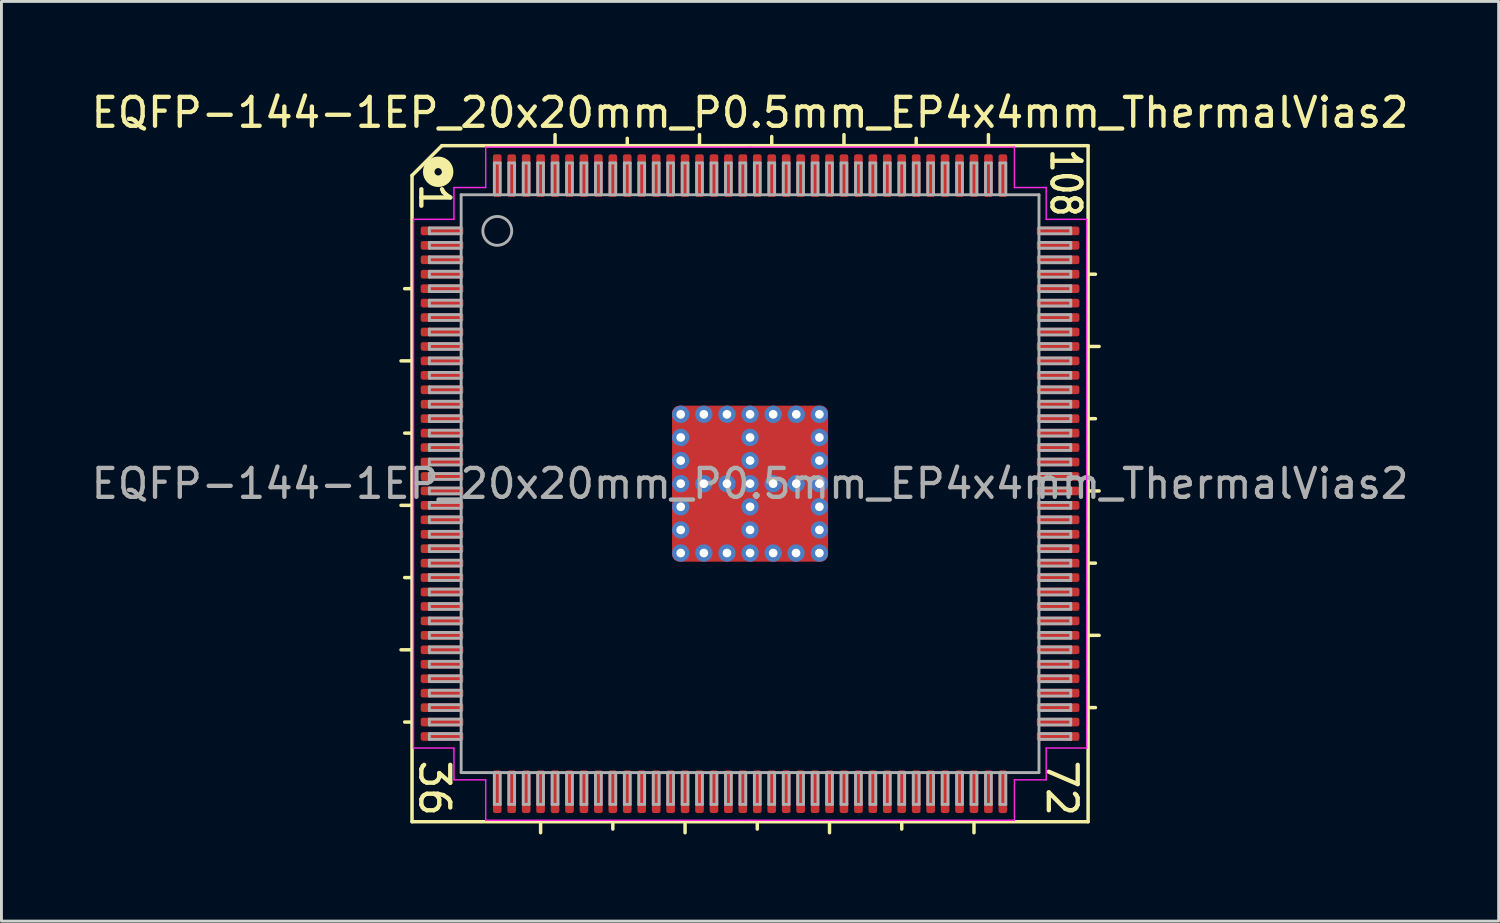
<source format=kicad_pcb>
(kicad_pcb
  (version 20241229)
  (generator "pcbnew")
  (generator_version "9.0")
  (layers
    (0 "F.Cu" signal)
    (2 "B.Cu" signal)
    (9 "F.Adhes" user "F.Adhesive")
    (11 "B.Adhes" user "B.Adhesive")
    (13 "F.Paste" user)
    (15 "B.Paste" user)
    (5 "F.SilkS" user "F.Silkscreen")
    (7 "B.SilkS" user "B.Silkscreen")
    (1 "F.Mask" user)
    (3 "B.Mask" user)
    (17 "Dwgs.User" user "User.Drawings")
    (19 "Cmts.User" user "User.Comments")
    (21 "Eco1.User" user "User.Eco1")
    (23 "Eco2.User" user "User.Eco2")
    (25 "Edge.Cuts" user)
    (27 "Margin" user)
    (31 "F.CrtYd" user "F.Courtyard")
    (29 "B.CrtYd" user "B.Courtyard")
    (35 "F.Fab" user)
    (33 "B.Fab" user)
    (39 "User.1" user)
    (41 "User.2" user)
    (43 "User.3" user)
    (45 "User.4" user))
  (footprint "EQFP-144-1EP_20x20mm_P0.5mm_EP4x4mm_ThermalVias2"
    (layer "F.Cu")
    (at 22.911 13.691)
    (property "Reference" "EQFP-144-1EP_20x20mm_P0.5mm_EP4x4mm_ThermalVias2" (at 0 -12.843 0) (layer "F.SilkS") (effects (font (size 1 1) (thickness 0.15))))
    (attr smd)
    (fp_line (start -11.7 -10.668) (end -11.7 11.7) (stroke (width 0.12) (type solid)) (layer "F.SilkS"))
    (fp_line (start -11.7 -6.75) (end -11.954 -6.75) (stroke (width 0.12) (type solid)) (layer "F.SilkS"))
    (fp_line (start -11.7 -4.25) (end -12.081 -4.25) (stroke (width 0.12) (type solid)) (layer "F.SilkS"))
    (fp_line (start -11.7 -1.75) (end -11.954 -1.75) (stroke (width 0.12) (type solid)) (layer "F.SilkS"))
    (fp_line (start -11.7 0.75) (end -12.081 0.75) (stroke (width 0.12) (type solid)) (layer "F.SilkS"))
    (fp_line (start -11.7 3.25) (end -11.954 3.25) (stroke (width 0.12) (type solid)) (layer "F.SilkS"))
    (fp_line (start -11.7 5.75) (end -12.081 5.75) (stroke (width 0.12) (type solid)) (layer "F.SilkS"))
    (fp_line (start -11.7 8.25) (end -11.954 8.25) (stroke (width 0.12) (type solid)) (layer "F.SilkS"))
    (fp_line (start -11.7 11.7) (end 11.7 11.7) (stroke (width 0.12) (type solid)) (layer "F.SilkS"))
    (fp_line (start -10.668 -11.7) (end -11.7 -10.668) (stroke (width 0.12) (type solid)) (layer "F.SilkS"))
    (fp_line (start -7.25 11.7) (end -7.25 12.081) (stroke (width 0.12) (type solid)) (layer "F.SilkS"))
    (fp_line (start -6.75 -11.7) (end -6.75 -12.081) (stroke (width 0.12) (type solid)) (layer "F.SilkS"))
    (fp_line (start -4.75 11.7) (end -4.75 11.954) (stroke (width 0.12) (type solid)) (layer "F.SilkS"))
    (fp_line (start -4.25 -11.7) (end -4.25 -11.954) (stroke (width 0.12) (type solid)) (layer "F.SilkS"))
    (fp_line (start -2.25 11.7) (end -2.25 12.081) (stroke (width 0.12) (type solid)) (layer "F.SilkS"))
    (fp_line (start -1.75 -11.7) (end -1.75 -12.081) (stroke (width 0.12) (type solid)) (layer "F.SilkS"))
    (fp_line (start -0.889 -11.7) (end -10.668 -11.7) (stroke (width 0.12) (type solid)) (layer "F.SilkS"))
    (fp_line (start 0.25 11.7) (end 0.25 11.954) (stroke (width 0.12) (type solid)) (layer "F.SilkS"))
    (fp_line (start 0.75 -11.766) (end 0.75 -12.016) (stroke (width 0.12) (type solid)) (layer "F.SilkS"))
    (fp_line (start 2.75 11.7) (end 2.75 12.081) (stroke (width 0.12) (type solid)) (layer "F.SilkS"))
    (fp_line (start 3.25 -11.7) (end 3.25 -12.081) (stroke (width 0.12) (type solid)) (layer "F.SilkS"))
    (fp_line (start 5.25 11.7) (end 5.25 11.954) (stroke (width 0.12) (type solid)) (layer "F.SilkS"))
    (fp_line (start 5.75 -11.7) (end 5.75 -11.954) (stroke (width 0.12) (type solid)) (layer "F.SilkS"))
    (fp_line (start 7.75 11.7) (end 7.75 12.081) (stroke (width 0.12) (type solid)) (layer "F.SilkS"))
    (fp_line (start 8.25 -11.7) (end 8.25 -12.081) (stroke (width 0.12) (type solid)) (layer "F.SilkS"))
    (fp_line (start 11.7 -11.7) (end -0.889 -11.7) (stroke (width 0.12) (type solid)) (layer "F.SilkS"))
    (fp_line (start 11.7 -7.25) (end 11.954 -7.25) (stroke (width 0.12) (type solid)) (layer "F.SilkS"))
    (fp_line (start 11.7 -4.75) (end 12.081 -4.75) (stroke (width 0.12) (type solid)) (layer "F.SilkS"))
    (fp_line (start 11.7 -2.25) (end 11.954 -2.25) (stroke (width 0.12) (type solid)) (layer "F.SilkS"))
    (fp_line (start 11.7 0.25) (end 12.081 0.25) (stroke (width 0.12) (type solid)) (layer "F.SilkS"))
    (fp_line (start 11.7 2.75) (end 11.954 2.75) (stroke (width 0.12) (type solid)) (layer "F.SilkS"))
    (fp_line (start 11.7 5.25) (end 12.081 5.25) (stroke (width 0.12) (type solid)) (layer "F.SilkS"))
    (fp_line (start 11.7 7.75) (end 11.954 7.75) (stroke (width 0.12) (type solid)) (layer "F.SilkS"))
    (fp_line (start 11.7 11.7) (end 11.7 -11.7) (stroke (width 0.12) (type solid)) (layer "F.SilkS"))
    (fp_circle (center -10.795 -10.795) (end -10.668 -10.795) (stroke (width 0.4) (type solid)) (fill no) (layer "F.SilkS"))
    (fp_line (start -11.65 -9.15) (end -11.65 0) (stroke (width 0.05) (type solid)) (layer "F.CrtYd"))
    (fp_line (start -11.65 9.15) (end -11.65 0) (stroke (width 0.05) (type solid)) (layer "F.CrtYd"))
    (fp_line (start -10.25 -10.25) (end -10.25 -9.15) (stroke (width 0.05) (type solid)) (layer "F.CrtYd"))
    (fp_line (start -10.25 -9.15) (end -11.65 -9.15) (stroke (width 0.05) (type solid)) (layer "F.CrtYd"))
    (fp_line (start -10.25 9.15) (end -11.65 9.15) (stroke (width 0.05) (type solid)) (layer "F.CrtYd"))
    (fp_line (start -10.25 10.25) (end -10.25 9.15) (stroke (width 0.05) (type solid)) (layer "F.CrtYd"))
    (fp_line (start -9.15 -11.65) (end -9.15 -10.25) (stroke (width 0.05) (type solid)) (layer "F.CrtYd"))
    (fp_line (start -9.15 -10.25) (end -10.25 -10.25) (stroke (width 0.05) (type solid)) (layer "F.CrtYd"))
    (fp_line (start -9.15 10.25) (end -10.25 10.25) (stroke (width 0.05) (type solid)) (layer "F.CrtYd"))
    (fp_line (start -9.15 11.65) (end -9.15 10.25) (stroke (width 0.05) (type solid)) (layer "F.CrtYd"))
    (fp_line (start 0 -11.65) (end -9.15 -11.65) (stroke (width 0.05) (type solid)) (layer "F.CrtYd"))
    (fp_line (start 0 -11.65) (end 9.15 -11.65) (stroke (width 0.05) (type solid)) (layer "F.CrtYd"))
    (fp_line (start 0 11.65) (end -9.15 11.65) (stroke (width 0.05) (type solid)) (layer "F.CrtYd"))
    (fp_line (start 0 11.65) (end 9.15 11.65) (stroke (width 0.05) (type solid)) (layer "F.CrtYd"))
    (fp_line (start 9.15 -11.65) (end 9.15 -10.25) (stroke (width 0.05) (type solid)) (layer "F.CrtYd"))
    (fp_line (start 9.15 -10.25) (end 10.25 -10.25) (stroke (width 0.05) (type solid)) (layer "F.CrtYd"))
    (fp_line (start 9.15 10.25) (end 10.25 10.25) (stroke (width 0.05) (type solid)) (layer "F.CrtYd"))
    (fp_line (start 9.15 11.65) (end 9.15 10.25) (stroke (width 0.05) (type solid)) (layer "F.CrtYd"))
    (fp_line (start 10.25 -10.25) (end 10.25 -9.15) (stroke (width 0.05) (type solid)) (layer "F.CrtYd"))
    (fp_line (start 10.25 -9.15) (end 11.65 -9.15) (stroke (width 0.05) (type solid)) (layer "F.CrtYd"))
    (fp_line (start 10.25 9.15) (end 11.65 9.15) (stroke (width 0.05) (type solid)) (layer "F.CrtYd"))
    (fp_line (start 10.25 10.25) (end 10.25 9.15) (stroke (width 0.05) (type solid)) (layer "F.CrtYd"))
    (fp_line (start 11.65 -9.15) (end 11.65 0) (stroke (width 0.05) (type solid)) (layer "F.CrtYd"))
    (fp_line (start 11.65 9.15) (end 11.65 0) (stroke (width 0.05) (type solid)) (layer "F.CrtYd"))
    (fp_line (start -11.1 -8.85) (end -11.1 -8.65) (stroke (width 0.1) (type solid)) (layer "F.Fab"))
    (fp_line (start -11.1 -8.85) (end -10 -8.85) (stroke (width 0.1) (type solid)) (layer "F.Fab"))
    (fp_line (start -11.1 -8.65) (end -10 -8.65) (stroke (width 0.1) (type solid)) (layer "F.Fab"))
    (fp_line (start -11.1 -8.35) (end -11.1 -8.15) (stroke (width 0.1) (type solid)) (layer "F.Fab"))
    (fp_line (start -11.1 -8.35) (end -10 -8.35) (stroke (width 0.1) (type solid)) (layer "F.Fab"))
    (fp_line (start -11.1 -8.15) (end -10 -8.15) (stroke (width 0.1) (type solid)) (layer "F.Fab"))
    (fp_line (start -11.1 -7.85) (end -11.1 -7.65) (stroke (width 0.1) (type solid)) (layer "F.Fab"))
    (fp_line (start -11.1 -7.85) (end -10 -7.85) (stroke (width 0.1) (type solid)) (layer "F.Fab"))
    (fp_line (start -11.1 -7.65) (end -10 -7.65) (stroke (width 0.1) (type solid)) (layer "F.Fab"))
    (fp_line (start -11.1 -7.35) (end -11.1 -7.15) (stroke (width 0.1) (type solid)) (layer "F.Fab"))
    (fp_line (start -11.1 -7.35) (end -10 -7.35) (stroke (width 0.1) (type solid)) (layer "F.Fab"))
    (fp_line (start -11.1 -7.15) (end -10 -7.15) (stroke (width 0.1) (type solid)) (layer "F.Fab"))
    (fp_line (start -11.1 -6.85) (end -11.1 -6.65) (stroke (width 0.1) (type solid)) (layer "F.Fab"))
    (fp_line (start -11.1 -6.85) (end -10 -6.85) (stroke (width 0.1) (type solid)) (layer "F.Fab"))
    (fp_line (start -11.1 -6.65) (end -10 -6.65) (stroke (width 0.1) (type solid)) (layer "F.Fab"))
    (fp_line (start -11.1 -6.35) (end -11.1 -6.15) (stroke (width 0.1) (type solid)) (layer "F.Fab"))
    (fp_line (start -11.1 -6.35) (end -10 -6.35) (stroke (width 0.1) (type solid)) (layer "F.Fab"))
    (fp_line (start -11.1 -6.15) (end -10 -6.15) (stroke (width 0.1) (type solid)) (layer "F.Fab"))
    (fp_line (start -11.1 -5.85) (end -11.1 -5.65) (stroke (width 0.1) (type solid)) (layer "F.Fab"))
    (fp_line (start -11.1 -5.85) (end -10 -5.85) (stroke (width 0.1) (type solid)) (layer "F.Fab"))
    (fp_line (start -11.1 -5.65) (end -10 -5.65) (stroke (width 0.1) (type solid)) (layer "F.Fab"))
    (fp_line (start -11.1 -5.35) (end -11.1 -5.15) (stroke (width 0.1) (type solid)) (layer "F.Fab"))
    (fp_line (start -11.1 -5.35) (end -10 -5.35) (stroke (width 0.1) (type solid)) (layer "F.Fab"))
    (fp_line (start -11.1 -5.15) (end -10 -5.15) (stroke (width 0.1) (type solid)) (layer "F.Fab"))
    (fp_line (start -11.1 -4.85) (end -11.1 -4.65) (stroke (width 0.1) (type solid)) (layer "F.Fab"))
    (fp_line (start -11.1 -4.85) (end -10 -4.85) (stroke (width 0.1) (type solid)) (layer "F.Fab"))
    (fp_line (start -11.1 -4.65) (end -10 -4.65) (stroke (width 0.1) (type solid)) (layer "F.Fab"))
    (fp_line (start -11.1 -4.35) (end -11.1 -4.15) (stroke (width 0.1) (type solid)) (layer "F.Fab"))
    (fp_line (start -11.1 -4.35) (end -10 -4.35) (stroke (width 0.1) (type solid)) (layer "F.Fab"))
    (fp_line (start -11.1 -4.15) (end -10 -4.15) (stroke (width 0.1) (type solid)) (layer "F.Fab"))
    (fp_line (start -11.1 -3.85) (end -11.1 -3.65) (stroke (width 0.1) (type solid)) (layer "F.Fab"))
    (fp_line (start -11.1 -3.85) (end -10 -3.85) (stroke (width 0.1) (type solid)) (layer "F.Fab"))
    (fp_line (start -11.1 -3.65) (end -10 -3.65) (stroke (width 0.1) (type solid)) (layer "F.Fab"))
    (fp_line (start -11.1 -3.35) (end -11.1 -3.15) (stroke (width 0.1) (type solid)) (layer "F.Fab"))
    (fp_line (start -11.1 -3.35) (end -10 -3.35) (stroke (width 0.1) (type solid)) (layer "F.Fab"))
    (fp_line (start -11.1 -3.15) (end -10 -3.15) (stroke (width 0.1) (type solid)) (layer "F.Fab"))
    (fp_line (start -11.1 -2.85) (end -11.1 -2.65) (stroke (width 0.1) (type solid)) (layer "F.Fab"))
    (fp_line (start -11.1 -2.85) (end -10 -2.85) (stroke (width 0.1) (type solid)) (layer "F.Fab"))
    (fp_line (start -11.1 -2.65) (end -10 -2.65) (stroke (width 0.1) (type solid)) (layer "F.Fab"))
    (fp_line (start -11.1 -2.35) (end -11.1 -2.15) (stroke (width 0.1) (type solid)) (layer "F.Fab"))
    (fp_line (start -11.1 -2.35) (end -10 -2.35) (stroke (width 0.1) (type solid)) (layer "F.Fab"))
    (fp_line (start -11.1 -2.15) (end -10 -2.15) (stroke (width 0.1) (type solid)) (layer "F.Fab"))
    (fp_line (start -11.1 -1.85) (end -11.1 -1.65) (stroke (width 0.1) (type solid)) (layer "F.Fab"))
    (fp_line (start -11.1 -1.85) (end -10 -1.85) (stroke (width 0.1) (type solid)) (layer "F.Fab"))
    (fp_line (start -11.1 -1.65) (end -10 -1.65) (stroke (width 0.1) (type solid)) (layer "F.Fab"))
    (fp_line (start -11.1 -1.35) (end -11.1 -1.15) (stroke (width 0.1) (type solid)) (layer "F.Fab"))
    (fp_line (start -11.1 -1.35) (end -10 -1.35) (stroke (width 0.1) (type solid)) (layer "F.Fab"))
    (fp_line (start -11.1 -1.15) (end -10 -1.15) (stroke (width 0.1) (type solid)) (layer "F.Fab"))
    (fp_line (start -11.1 -0.85) (end -11.1 -0.65) (stroke (width 0.1) (type solid)) (layer "F.Fab"))
    (fp_line (start -11.1 -0.85) (end -10 -0.85) (stroke (width 0.1) (type solid)) (layer "F.Fab"))
    (fp_line (start -11.1 -0.65) (end -10 -0.65) (stroke (width 0.1) (type solid)) (layer "F.Fab"))
    (fp_line (start -11.1 -0.35) (end -11.1 -0.15) (stroke (width 0.1) (type solid)) (layer "F.Fab"))
    (fp_line (start -11.1 -0.35) (end -10 -0.35) (stroke (width 0.1) (type solid)) (layer "F.Fab"))
    (fp_line (start -11.1 -0.15) (end -10 -0.15) (stroke (width 0.1) (type solid)) (layer "F.Fab"))
    (fp_line (start -11.1 0.15) (end -11.1 0.35) (stroke (width 0.1) (type solid)) (layer "F.Fab"))
    (fp_line (start -11.1 0.15) (end -10 0.15) (stroke (width 0.1) (type solid)) (layer "F.Fab"))
    (fp_line (start -11.1 0.35) (end -10 0.35) (stroke (width 0.1) (type solid)) (layer "F.Fab"))
    (fp_line (start -11.1 0.65) (end -11.1 0.85) (stroke (width 0.1) (type solid)) (layer "F.Fab"))
    (fp_line (start -11.1 0.65) (end -10 0.65) (stroke (width 0.1) (type solid)) (layer "F.Fab"))
    (fp_line (start -11.1 0.85) (end -10 0.85) (stroke (width 0.1) (type solid)) (layer "F.Fab"))
    (fp_line (start -11.1 1.15) (end -11.1 1.35) (stroke (width 0.1) (type solid)) (layer "F.Fab"))
    (fp_line (start -11.1 1.15) (end -10 1.15) (stroke (width 0.1) (type solid)) (layer "F.Fab"))
    (fp_line (start -11.1 1.35) (end -10 1.35) (stroke (width 0.1) (type solid)) (layer "F.Fab"))
    (fp_line (start -11.1 1.65) (end -11.1 1.85) (stroke (width 0.1) (type solid)) (layer "F.Fab"))
    (fp_line (start -11.1 1.65) (end -10 1.65) (stroke (width 0.1) (type solid)) (layer "F.Fab"))
    (fp_line (start -11.1 1.85) (end -10 1.85) (stroke (width 0.1) (type solid)) (layer "F.Fab"))
    (fp_line (start -11.1 2.15) (end -11.1 2.35) (stroke (width 0.1) (type solid)) (layer "F.Fab"))
    (fp_line (start -11.1 2.15) (end -10 2.15) (stroke (width 0.1) (type solid)) (layer "F.Fab"))
    (fp_line (start -11.1 2.35) (end -10 2.35) (stroke (width 0.1) (type solid)) (layer "F.Fab"))
    (fp_line (start -11.1 2.65) (end -11.1 2.85) (stroke (width 0.1) (type solid)) (layer "F.Fab"))
    (fp_line (start -11.1 2.65) (end -10 2.65) (stroke (width 0.1) (type solid)) (layer "F.Fab"))
    (fp_line (start -11.1 2.85) (end -10 2.85) (stroke (width 0.1) (type solid)) (layer "F.Fab"))
    (fp_line (start -11.1 3.15) (end -11.1 3.35) (stroke (width 0.1) (type solid)) (layer "F.Fab"))
    (fp_line (start -11.1 3.15) (end -10 3.15) (stroke (width 0.1) (type solid)) (layer "F.Fab"))
    (fp_line (start -11.1 3.35) (end -10 3.35) (stroke (width 0.1) (type solid)) (layer "F.Fab"))
    (fp_line (start -11.1 3.65) (end -11.1 3.85) (stroke (width 0.1) (type solid)) (layer "F.Fab"))
    (fp_line (start -11.1 3.65) (end -10 3.65) (stroke (width 0.1) (type solid)) (layer "F.Fab"))
    (fp_line (start -11.1 3.85) (end -10 3.85) (stroke (width 0.1) (type solid)) (layer "F.Fab"))
    (fp_line (start -11.1 4.15) (end -11.1 4.35) (stroke (width 0.1) (type solid)) (layer "F.Fab"))
    (fp_line (start -11.1 4.15) (end -10 4.15) (stroke (width 0.1) (type solid)) (layer "F.Fab"))
    (fp_line (start -11.1 4.35) (end -10 4.35) (stroke (width 0.1) (type solid)) (layer "F.Fab"))
    (fp_line (start -11.1 4.65) (end -11.1 4.85) (stroke (width 0.1) (type solid)) (layer "F.Fab"))
    (fp_line (start -11.1 4.65) (end -10 4.65) (stroke (width 0.1) (type solid)) (layer "F.Fab"))
    (fp_line (start -11.1 4.85) (end -10 4.85) (stroke (width 0.1) (type solid)) (layer "F.Fab"))
    (fp_line (start -11.1 5.15) (end -11.1 5.35) (stroke (width 0.1) (type solid)) (layer "F.Fab"))
    (fp_line (start -11.1 5.15) (end -10 5.15) (stroke (width 0.1) (type solid)) (layer "F.Fab"))
    (fp_line (start -11.1 5.35) (end -10 5.35) (stroke (width 0.1) (type solid)) (layer "F.Fab"))
    (fp_line (start -11.1 5.65) (end -11.1 5.85) (stroke (width 0.1) (type solid)) (layer "F.Fab"))
    (fp_line (start -11.1 5.65) (end -10 5.65) (stroke (width 0.1) (type solid)) (layer "F.Fab"))
    (fp_line (start -11.1 5.85) (end -10 5.85) (stroke (width 0.1) (type solid)) (layer "F.Fab"))
    (fp_line (start -11.1 6.15) (end -11.1 6.35) (stroke (width 0.1) (type solid)) (layer "F.Fab"))
    (fp_line (start -11.1 6.15) (end -10 6.15) (stroke (width 0.1) (type solid)) (layer "F.Fab"))
    (fp_line (start -11.1 6.35) (end -10 6.35) (stroke (width 0.1) (type solid)) (layer "F.Fab"))
    (fp_line (start -11.1 6.65) (end -11.1 6.85) (stroke (width 0.1) (type solid)) (layer "F.Fab"))
    (fp_line (start -11.1 6.65) (end -10 6.65) (stroke (width 0.1) (type solid)) (layer "F.Fab"))
    (fp_line (start -11.1 6.85) (end -10 6.85) (stroke (width 0.1) (type solid)) (layer "F.Fab"))
    (fp_line (start -11.1 7.15) (end -11.1 7.35) (stroke (width 0.1) (type solid)) (layer "F.Fab"))
    (fp_line (start -11.1 7.15) (end -10 7.15) (stroke (width 0.1) (type solid)) (layer "F.Fab"))
    (fp_line (start -11.1 7.35) (end -10 7.35) (stroke (width 0.1) (type solid)) (layer "F.Fab"))
    (fp_line (start -11.1 7.65) (end -11.1 7.85) (stroke (width 0.1) (type solid)) (layer "F.Fab"))
    (fp_line (start -11.1 7.65) (end -10 7.65) (stroke (width 0.1) (type solid)) (layer "F.Fab"))
    (fp_line (start -11.1 7.85) (end -10 7.85) (stroke (width 0.1) (type solid)) (layer "F.Fab"))
    (fp_line (start -11.1 8.15) (end -11.1 8.35) (stroke (width 0.1) (type solid)) (layer "F.Fab"))
    (fp_line (start -11.1 8.15) (end -10 8.15) (stroke (width 0.1) (type solid)) (layer "F.Fab"))
    (fp_line (start -11.1 8.35) (end -10 8.35) (stroke (width 0.1) (type solid)) (layer "F.Fab"))
    (fp_line (start -11.1 8.65) (end -11.1 8.85) (stroke (width 0.1) (type solid)) (layer "F.Fab"))
    (fp_line (start -11.1 8.65) (end -10 8.65) (stroke (width 0.1) (type solid)) (layer "F.Fab"))
    (fp_line (start -11.1 8.85) (end -10 8.85) (stroke (width 0.1) (type solid)) (layer "F.Fab"))
    (fp_line (start -10 -10) (end 10 -10) (stroke (width 0.1) (type solid)) (layer "F.Fab"))
    (fp_line (start -10 10) (end -10 -10) (stroke (width 0.1) (type solid)) (layer "F.Fab"))
    (fp_line (start -8.85 -11.1) (end -8.85 -10) (stroke (width 0.1) (type solid)) (layer "F.Fab"))
    (fp_line (start -8.85 11.1) (end -8.85 10) (stroke (width 0.1) (type solid)) (layer "F.Fab"))
    (fp_line (start -8.85 11.1) (end -8.65 11.1) (stroke (width 0.1) (type solid)) (layer "F.Fab"))
    (fp_line (start -8.65 -11.1) (end -8.85 -11.1) (stroke (width 0.1) (type solid)) (layer "F.Fab"))
    (fp_line (start -8.65 -11.1) (end -8.65 -10) (stroke (width 0.1) (type solid)) (layer "F.Fab"))
    (fp_line (start -8.65 11.1) (end -8.65 10) (stroke (width 0.1) (type solid)) (layer "F.Fab"))
    (fp_line (start -8.35 -11.1) (end -8.35 -10) (stroke (width 0.1) (type solid)) (layer "F.Fab"))
    (fp_line (start -8.35 11.1) (end -8.35 10) (stroke (width 0.1) (type solid)) (layer "F.Fab"))
    (fp_line (start -8.35 11.1) (end -8.15 11.1) (stroke (width 0.1) (type solid)) (layer "F.Fab"))
    (fp_line (start -8.15 -11.1) (end -8.35 -11.1) (stroke (width 0.1) (type solid)) (layer "F.Fab"))
    (fp_line (start -8.15 -11.1) (end -8.15 -10) (stroke (width 0.1) (type solid)) (layer "F.Fab"))
    (fp_line (start -8.15 11.1) (end -8.15 10) (stroke (width 0.1) (type solid)) (layer "F.Fab"))
    (fp_line (start -7.85 -11.1) (end -7.85 -10) (stroke (width 0.1) (type solid)) (layer "F.Fab"))
    (fp_line (start -7.85 11.1) (end -7.85 10) (stroke (width 0.1) (type solid)) (layer "F.Fab"))
    (fp_line (start -7.85 11.1) (end -7.65 11.1) (stroke (width 0.1) (type solid)) (layer "F.Fab"))
    (fp_line (start -7.65 -11.1) (end -7.85 -11.1) (stroke (width 0.1) (type solid)) (layer "F.Fab"))
    (fp_line (start -7.65 -11.1) (end -7.65 -10) (stroke (width 0.1) (type solid)) (layer "F.Fab"))
    (fp_line (start -7.65 11.1) (end -7.65 10) (stroke (width 0.1) (type solid)) (layer "F.Fab"))
    (fp_line (start -7.35 -11.1) (end -7.35 -10) (stroke (width 0.1) (type solid)) (layer "F.Fab"))
    (fp_line (start -7.35 11.1) (end -7.35 10) (stroke (width 0.1) (type solid)) (layer "F.Fab"))
    (fp_line (start -7.35 11.1) (end -7.15 11.1) (stroke (width 0.1) (type solid)) (layer "F.Fab"))
    (fp_line (start -7.15 -11.1) (end -7.35 -11.1) (stroke (width 0.1) (type solid)) (layer "F.Fab"))
    (fp_line (start -7.15 -11.1) (end -7.15 -10) (stroke (width 0.1) (type solid)) (layer "F.Fab"))
    (fp_line (start -7.15 11.1) (end -7.15 10) (stroke (width 0.1) (type solid)) (layer "F.Fab"))
    (fp_line (start -6.85 -11.1) (end -6.85 -10) (stroke (width 0.1) (type solid)) (layer "F.Fab"))
    (fp_line (start -6.85 11.1) (end -6.85 10) (stroke (width 0.1) (type solid)) (layer "F.Fab"))
    (fp_line (start -6.85 11.1) (end -6.65 11.1) (stroke (width 0.1) (type solid)) (layer "F.Fab"))
    (fp_line (start -6.65 -11.1) (end -6.85 -11.1) (stroke (width 0.1) (type solid)) (layer "F.Fab"))
    (fp_line (start -6.65 -11.1) (end -6.65 -10) (stroke (width 0.1) (type solid)) (layer "F.Fab"))
    (fp_line (start -6.65 11.1) (end -6.65 10) (stroke (width 0.1) (type solid)) (layer "F.Fab"))
    (fp_line (start -6.35 -11.1) (end -6.35 -10) (stroke (width 0.1) (type solid)) (layer "F.Fab"))
    (fp_line (start -6.35 11.1) (end -6.35 10) (stroke (width 0.1) (type solid)) (layer "F.Fab"))
    (fp_line (start -6.35 11.1) (end -6.15 11.1) (stroke (width 0.1) (type solid)) (layer "F.Fab"))
    (fp_line (start -6.15 -11.1) (end -6.35 -11.1) (stroke (width 0.1) (type solid)) (layer "F.Fab"))
    (fp_line (start -6.15 -11.1) (end -6.15 -10) (stroke (width 0.1) (type solid)) (layer "F.Fab"))
    (fp_line (start -6.15 11.1) (end -6.15 10) (stroke (width 0.1) (type solid)) (layer "F.Fab"))
    (fp_line (start -5.85 -11.1) (end -5.85 -10) (stroke (width 0.1) (type solid)) (layer "F.Fab"))
    (fp_line (start -5.85 11.1) (end -5.85 10) (stroke (width 0.1) (type solid)) (layer "F.Fab"))
    (fp_line (start -5.85 11.1) (end -5.65 11.1) (stroke (width 0.1) (type solid)) (layer "F.Fab"))
    (fp_line (start -5.65 -11.1) (end -5.85 -11.1) (stroke (width 0.1) (type solid)) (layer "F.Fab"))
    (fp_line (start -5.65 -11.1) (end -5.65 -10) (stroke (width 0.1) (type solid)) (layer "F.Fab"))
    (fp_line (start -5.65 11.1) (end -5.65 10) (stroke (width 0.1) (type solid)) (layer "F.Fab"))
    (fp_line (start -5.35 -11.1) (end -5.35 -10) (stroke (width 0.1) (type solid)) (layer "F.Fab"))
    (fp_line (start -5.35 11.1) (end -5.35 10) (stroke (width 0.1) (type solid)) (layer "F.Fab"))
    (fp_line (start -5.35 11.1) (end -5.15 11.1) (stroke (width 0.1) (type solid)) (layer "F.Fab"))
    (fp_line (start -5.15 -11.1) (end -5.35 -11.1) (stroke (width 0.1) (type solid)) (layer "F.Fab"))
    (fp_line (start -5.15 -11.1) (end -5.15 -10) (stroke (width 0.1) (type solid)) (layer "F.Fab"))
    (fp_line (start -5.15 11.1) (end -5.15 10) (stroke (width 0.1) (type solid)) (layer "F.Fab"))
    (fp_line (start -4.85 -11.1) (end -4.85 -10) (stroke (width 0.1) (type solid)) (layer "F.Fab"))
    (fp_line (start -4.85 11.1) (end -4.85 10) (stroke (width 0.1) (type solid)) (layer "F.Fab"))
    (fp_line (start -4.85 11.1) (end -4.65 11.1) (stroke (width 0.1) (type solid)) (layer "F.Fab"))
    (fp_line (start -4.65 -11.1) (end -4.85 -11.1) (stroke (width 0.1) (type solid)) (layer "F.Fab"))
    (fp_line (start -4.65 -11.1) (end -4.65 -10) (stroke (width 0.1) (type solid)) (layer "F.Fab"))
    (fp_line (start -4.65 11.1) (end -4.65 10) (stroke (width 0.1) (type solid)) (layer "F.Fab"))
    (fp_line (start -4.35 -11.1) (end -4.35 -10) (stroke (width 0.1) (type solid)) (layer "F.Fab"))
    (fp_line (start -4.35 11.1) (end -4.35 10) (stroke (width 0.1) (type solid)) (layer "F.Fab"))
    (fp_line (start -4.35 11.1) (end -4.15 11.1) (stroke (width 0.1) (type solid)) (layer "F.Fab"))
    (fp_line (start -4.15 -11.1) (end -4.35 -11.1) (stroke (width 0.1) (type solid)) (layer "F.Fab"))
    (fp_line (start -4.15 -11.1) (end -4.15 -10) (stroke (width 0.1) (type solid)) (layer "F.Fab"))
    (fp_line (start -4.15 11.1) (end -4.15 10) (stroke (width 0.1) (type solid)) (layer "F.Fab"))
    (fp_line (start -3.85 -11.1) (end -3.85 -10) (stroke (width 0.1) (type solid)) (layer "F.Fab"))
    (fp_line (start -3.85 11.1) (end -3.85 10) (stroke (width 0.1) (type solid)) (layer "F.Fab"))
    (fp_line (start -3.85 11.1) (end -3.65 11.1) (stroke (width 0.1) (type solid)) (layer "F.Fab"))
    (fp_line (start -3.65 -11.1) (end -3.85 -11.1) (stroke (width 0.1) (type solid)) (layer "F.Fab"))
    (fp_line (start -3.65 -11.1) (end -3.65 -10) (stroke (width 0.1) (type solid)) (layer "F.Fab"))
    (fp_line (start -3.65 11.1) (end -3.65 10) (stroke (width 0.1) (type solid)) (layer "F.Fab"))
    (fp_line (start -3.35 -11.1) (end -3.35 -10) (stroke (width 0.1) (type solid)) (layer "F.Fab"))
    (fp_line (start -3.35 11.1) (end -3.35 10) (stroke (width 0.1) (type solid)) (layer "F.Fab"))
    (fp_line (start -3.35 11.1) (end -3.15 11.1) (stroke (width 0.1) (type solid)) (layer "F.Fab"))
    (fp_line (start -3.15 -11.1) (end -3.35 -11.1) (stroke (width 0.1) (type solid)) (layer "F.Fab"))
    (fp_line (start -3.15 -11.1) (end -3.15 -10) (stroke (width 0.1) (type solid)) (layer "F.Fab"))
    (fp_line (start -3.15 11.1) (end -3.15 10) (stroke (width 0.1) (type solid)) (layer "F.Fab"))
    (fp_line (start -2.85 -11.1) (end -2.85 -10) (stroke (width 0.1) (type solid)) (layer "F.Fab"))
    (fp_line (start -2.85 11.1) (end -2.85 10) (stroke (width 0.1) (type solid)) (layer "F.Fab"))
    (fp_line (start -2.85 11.1) (end -2.65 11.1) (stroke (width 0.1) (type solid)) (layer "F.Fab"))
    (fp_line (start -2.65 -11.1) (end -2.85 -11.1) (stroke (width 0.1) (type solid)) (layer "F.Fab"))
    (fp_line (start -2.65 -11.1) (end -2.65 -10) (stroke (width 0.1) (type solid)) (layer "F.Fab"))
    (fp_line (start -2.65 11.1) (end -2.65 10) (stroke (width 0.1) (type solid)) (layer "F.Fab"))
    (fp_line (start -2.35 -11.1) (end -2.35 -10) (stroke (width 0.1) (type solid)) (layer "F.Fab"))
    (fp_line (start -2.35 11.1) (end -2.35 10) (stroke (width 0.1) (type solid)) (layer "F.Fab"))
    (fp_line (start -2.35 11.1) (end -2.15 11.1) (stroke (width 0.1) (type solid)) (layer "F.Fab"))
    (fp_line (start -2.15 -11.1) (end -2.35 -11.1) (stroke (width 0.1) (type solid)) (layer "F.Fab"))
    (fp_line (start -2.15 -11.1) (end -2.15 -10) (stroke (width 0.1) (type solid)) (layer "F.Fab"))
    (fp_line (start -2.15 11.1) (end -2.15 10) (stroke (width 0.1) (type solid)) (layer "F.Fab"))
    (fp_line (start -1.85 -11.1) (end -1.85 -10) (stroke (width 0.1) (type solid)) (layer "F.Fab"))
    (fp_line (start -1.85 11.1) (end -1.85 10) (stroke (width 0.1) (type solid)) (layer "F.Fab"))
    (fp_line (start -1.85 11.1) (end -1.65 11.1) (stroke (width 0.1) (type solid)) (layer "F.Fab"))
    (fp_line (start -1.65 -11.1) (end -1.85 -11.1) (stroke (width 0.1) (type solid)) (layer "F.Fab"))
    (fp_line (start -1.65 -11.1) (end -1.65 -10) (stroke (width 0.1) (type solid)) (layer "F.Fab"))
    (fp_line (start -1.65 11.1) (end -1.65 10) (stroke (width 0.1) (type solid)) (layer "F.Fab"))
    (fp_line (start -1.35 -11.1) (end -1.35 -10) (stroke (width 0.1) (type solid)) (layer "F.Fab"))
    (fp_line (start -1.35 11.1) (end -1.35 10) (stroke (width 0.1) (type solid)) (layer "F.Fab"))
    (fp_line (start -1.35 11.1) (end -1.15 11.1) (stroke (width 0.1) (type solid)) (layer "F.Fab"))
    (fp_line (start -1.15 -11.1) (end -1.35 -11.1) (stroke (width 0.1) (type solid)) (layer "F.Fab"))
    (fp_line (start -1.15 -11.1) (end -1.15 -10) (stroke (width 0.1) (type solid)) (layer "F.Fab"))
    (fp_line (start -1.15 11.1) (end -1.15 10) (stroke (width 0.1) (type solid)) (layer "F.Fab"))
    (fp_line (start -0.85 -11.1) (end -0.85 -10) (stroke (width 0.1) (type solid)) (layer "F.Fab"))
    (fp_line (start -0.85 11.1) (end -0.85 10) (stroke (width 0.1) (type solid)) (layer "F.Fab"))
    (fp_line (start -0.85 11.1) (end -0.65 11.1) (stroke (width 0.1) (type solid)) (layer "F.Fab"))
    (fp_line (start -0.65 -11.1) (end -0.85 -11.1) (stroke (width 0.1) (type solid)) (layer "F.Fab"))
    (fp_line (start -0.65 -11.1) (end -0.65 -10) (stroke (width 0.1) (type solid)) (layer "F.Fab"))
    (fp_line (start -0.65 11.1) (end -0.65 10) (stroke (width 0.1) (type solid)) (layer "F.Fab"))
    (fp_line (start -0.35 -11.1) (end -0.35 -10) (stroke (width 0.1) (type solid)) (layer "F.Fab"))
    (fp_line (start -0.35 11.1) (end -0.35 10) (stroke (width 0.1) (type solid)) (layer "F.Fab"))
    (fp_line (start -0.35 11.1) (end -0.15 11.1) (stroke (width 0.1) (type solid)) (layer "F.Fab"))
    (fp_line (start -0.15 -11.1) (end -0.35 -11.1) (stroke (width 0.1) (type solid)) (layer "F.Fab"))
    (fp_line (start -0.15 -11.1) (end -0.15 -10) (stroke (width 0.1) (type solid)) (layer "F.Fab"))
    (fp_line (start -0.15 11.1) (end -0.15 10) (stroke (width 0.1) (type solid)) (layer "F.Fab"))
    (fp_line (start 0.15 -11.1) (end 0.15 -10) (stroke (width 0.1) (type solid)) (layer "F.Fab"))
    (fp_line (start 0.15 11.1) (end 0.15 10) (stroke (width 0.1) (type solid)) (layer "F.Fab"))
    (fp_line (start 0.15 11.1) (end 0.35 11.1) (stroke (width 0.1) (type solid)) (layer "F.Fab"))
    (fp_line (start 0.35 -11.1) (end 0.15 -11.1) (stroke (width 0.1) (type solid)) (layer "F.Fab"))
    (fp_line (start 0.35 -11.1) (end 0.35 -10) (stroke (width 0.1) (type solid)) (layer "F.Fab"))
    (fp_line (start 0.35 11.1) (end 0.35 10) (stroke (width 0.1) (type solid)) (layer "F.Fab"))
    (fp_line (start 0.65 -11.1) (end 0.65 -10) (stroke (width 0.1) (type solid)) (layer "F.Fab"))
    (fp_line (start 0.65 11.1) (end 0.65 10) (stroke (width 0.1) (type solid)) (layer "F.Fab"))
    (fp_line (start 0.65 11.1) (end 0.85 11.1) (stroke (width 0.1) (type solid)) (layer "F.Fab"))
    (fp_line (start 0.85 -11.1) (end 0.65 -11.1) (stroke (width 0.1) (type solid)) (layer "F.Fab"))
    (fp_line (start 0.85 -11.1) (end 0.85 -10) (stroke (width 0.1) (type solid)) (layer "F.Fab"))
    (fp_line (start 0.85 11.1) (end 0.85 10) (stroke (width 0.1) (type solid)) (layer "F.Fab"))
    (fp_line (start 1.15 -11.1) (end 1.15 -10) (stroke (width 0.1) (type solid)) (layer "F.Fab"))
    (fp_line (start 1.15 11.1) (end 1.15 10) (stroke (width 0.1) (type solid)) (layer "F.Fab"))
    (fp_line (start 1.15 11.1) (end 1.35 11.1) (stroke (width 0.1) (type solid)) (layer "F.Fab"))
    (fp_line (start 1.35 -11.1) (end 1.15 -11.1) (stroke (width 0.1) (type solid)) (layer "F.Fab"))
    (fp_line (start 1.35 -11.1) (end 1.35 -10) (stroke (width 0.1) (type solid)) (layer "F.Fab"))
    (fp_line (start 1.35 11.1) (end 1.35 10) (stroke (width 0.1) (type solid)) (layer "F.Fab"))
    (fp_line (start 1.65 -11.1) (end 1.65 -10) (stroke (width 0.1) (type solid)) (layer "F.Fab"))
    (fp_line (start 1.65 11.1) (end 1.65 10) (stroke (width 0.1) (type solid)) (layer "F.Fab"))
    (fp_line (start 1.65 11.1) (end 1.85 11.1) (stroke (width 0.1) (type solid)) (layer "F.Fab"))
    (fp_line (start 1.85 -11.1) (end 1.65 -11.1) (stroke (width 0.1) (type solid)) (layer "F.Fab"))
    (fp_line (start 1.85 -11.1) (end 1.85 -10) (stroke (width 0.1) (type solid)) (layer "F.Fab"))
    (fp_line (start 1.85 11.1) (end 1.85 10) (stroke (width 0.1) (type solid)) (layer "F.Fab"))
    (fp_line (start 2.15 -11.1) (end 2.15 -10) (stroke (width 0.1) (type solid)) (layer "F.Fab"))
    (fp_line (start 2.15 11.1) (end 2.15 10) (stroke (width 0.1) (type solid)) (layer "F.Fab"))
    (fp_line (start 2.15 11.1) (end 2.35 11.1) (stroke (width 0.1) (type solid)) (layer "F.Fab"))
    (fp_line (start 2.35 -11.1) (end 2.15 -11.1) (stroke (width 0.1) (type solid)) (layer "F.Fab"))
    (fp_line (start 2.35 -11.1) (end 2.35 -10) (stroke (width 0.1) (type solid)) (layer "F.Fab"))
    (fp_line (start 2.35 11.1) (end 2.35 10) (stroke (width 0.1) (type solid)) (layer "F.Fab"))
    (fp_line (start 2.65 -11.1) (end 2.65 -10) (stroke (width 0.1) (type solid)) (layer "F.Fab"))
    (fp_line (start 2.65 11.1) (end 2.65 10) (stroke (width 0.1) (type solid)) (layer "F.Fab"))
    (fp_line (start 2.65 11.1) (end 2.85 11.1) (stroke (width 0.1) (type solid)) (layer "F.Fab"))
    (fp_line (start 2.85 -11.1) (end 2.65 -11.1) (stroke (width 0.1) (type solid)) (layer "F.Fab"))
    (fp_line (start 2.85 -11.1) (end 2.85 -10) (stroke (width 0.1) (type solid)) (layer "F.Fab"))
    (fp_line (start 2.85 11.1) (end 2.85 10) (stroke (width 0.1) (type solid)) (layer "F.Fab"))
    (fp_line (start 3.15 -11.1) (end 3.15 -10) (stroke (width 0.1) (type solid)) (layer "F.Fab"))
    (fp_line (start 3.15 11.1) (end 3.15 10) (stroke (width 0.1) (type solid)) (layer "F.Fab"))
    (fp_line (start 3.15 11.1) (end 3.35 11.1) (stroke (width 0.1) (type solid)) (layer "F.Fab"))
    (fp_line (start 3.35 -11.1) (end 3.15 -11.1) (stroke (width 0.1) (type solid)) (layer "F.Fab"))
    (fp_line (start 3.35 -11.1) (end 3.35 -10) (stroke (width 0.1) (type solid)) (layer "F.Fab"))
    (fp_line (start 3.35 11.1) (end 3.35 10) (stroke (width 0.1) (type solid)) (layer "F.Fab"))
    (fp_line (start 3.65 -11.1) (end 3.65 -10) (stroke (width 0.1) (type solid)) (layer "F.Fab"))
    (fp_line (start 3.65 11.1) (end 3.65 10) (stroke (width 0.1) (type solid)) (layer "F.Fab"))
    (fp_line (start 3.65 11.1) (end 3.85 11.1) (stroke (width 0.1) (type solid)) (layer "F.Fab"))
    (fp_line (start 3.85 -11.1) (end 3.65 -11.1) (stroke (width 0.1) (type solid)) (layer "F.Fab"))
    (fp_line (start 3.85 -11.1) (end 3.85 -10) (stroke (width 0.1) (type solid)) (layer "F.Fab"))
    (fp_line (start 3.85 11.1) (end 3.85 10) (stroke (width 0.1) (type solid)) (layer "F.Fab"))
    (fp_line (start 4.15 -11.1) (end 4.15 -10) (stroke (width 0.1) (type solid)) (layer "F.Fab"))
    (fp_line (start 4.15 11.1) (end 4.15 10) (stroke (width 0.1) (type solid)) (layer "F.Fab"))
    (fp_line (start 4.15 11.1) (end 4.35 11.1) (stroke (width 0.1) (type solid)) (layer "F.Fab"))
    (fp_line (start 4.35 -11.1) (end 4.15 -11.1) (stroke (width 0.1) (type solid)) (layer "F.Fab"))
    (fp_line (start 4.35 -11.1) (end 4.35 -10) (stroke (width 0.1) (type solid)) (layer "F.Fab"))
    (fp_line (start 4.35 11.1) (end 4.35 10) (stroke (width 0.1) (type solid)) (layer "F.Fab"))
    (fp_line (start 4.65 -11.1) (end 4.65 -10) (stroke (width 0.1) (type solid)) (layer "F.Fab"))
    (fp_line (start 4.65 11.1) (end 4.65 10) (stroke (width 0.1) (type solid)) (layer "F.Fab"))
    (fp_line (start 4.65 11.1) (end 4.85 11.1) (stroke (width 0.1) (type solid)) (layer "F.Fab"))
    (fp_line (start 4.85 -11.1) (end 4.65 -11.1) (stroke (width 0.1) (type solid)) (layer "F.Fab"))
    (fp_line (start 4.85 -11.1) (end 4.85 -10) (stroke (width 0.1) (type solid)) (layer "F.Fab"))
    (fp_line (start 4.85 11.1) (end 4.85 10) (stroke (width 0.1) (type solid)) (layer "F.Fab"))
    (fp_line (start 5.15 -11.1) (end 5.15 -10) (stroke (width 0.1) (type solid)) (layer "F.Fab"))
    (fp_line (start 5.15 11.1) (end 5.15 10) (stroke (width 0.1) (type solid)) (layer "F.Fab"))
    (fp_line (start 5.15 11.1) (end 5.35 11.1) (stroke (width 0.1) (type solid)) (layer "F.Fab"))
    (fp_line (start 5.35 -11.1) (end 5.15 -11.1) (stroke (width 0.1) (type solid)) (layer "F.Fab"))
    (fp_line (start 5.35 -11.1) (end 5.35 -10) (stroke (width 0.1) (type solid)) (layer "F.Fab"))
    (fp_line (start 5.35 11.1) (end 5.35 10) (stroke (width 0.1) (type solid)) (layer "F.Fab"))
    (fp_line (start 5.65 -11.1) (end 5.65 -10) (stroke (width 0.1) (type solid)) (layer "F.Fab"))
    (fp_line (start 5.65 11.1) (end 5.65 10) (stroke (width 0.1) (type solid)) (layer "F.Fab"))
    (fp_line (start 5.65 11.1) (end 5.85 11.1) (stroke (width 0.1) (type solid)) (layer "F.Fab"))
    (fp_line (start 5.85 -11.1) (end 5.65 -11.1) (stroke (width 0.1) (type solid)) (layer "F.Fab"))
    (fp_line (start 5.85 -11.1) (end 5.85 -10) (stroke (width 0.1) (type solid)) (layer "F.Fab"))
    (fp_line (start 5.85 11.1) (end 5.85 10) (stroke (width 0.1) (type solid)) (layer "F.Fab"))
    (fp_line (start 6.15 -11.1) (end 6.15 -10) (stroke (width 0.1) (type solid)) (layer "F.Fab"))
    (fp_line (start 6.15 11.1) (end 6.15 10) (stroke (width 0.1) (type solid)) (layer "F.Fab"))
    (fp_line (start 6.15 11.1) (end 6.35 11.1) (stroke (width 0.1) (type solid)) (layer "F.Fab"))
    (fp_line (start 6.35 -11.1) (end 6.15 -11.1) (stroke (width 0.1) (type solid)) (layer "F.Fab"))
    (fp_line (start 6.35 -11.1) (end 6.35 -10) (stroke (width 0.1) (type solid)) (layer "F.Fab"))
    (fp_line (start 6.35 11.1) (end 6.35 10) (stroke (width 0.1) (type solid)) (layer "F.Fab"))
    (fp_line (start 6.65 -11.1) (end 6.65 -10) (stroke (width 0.1) (type solid)) (layer "F.Fab"))
    (fp_line (start 6.65 11.1) (end 6.65 10) (stroke (width 0.1) (type solid)) (layer "F.Fab"))
    (fp_line (start 6.65 11.1) (end 6.85 11.1) (stroke (width 0.1) (type solid)) (layer "F.Fab"))
    (fp_line (start 6.85 -11.1) (end 6.65 -11.1) (stroke (width 0.1) (type solid)) (layer "F.Fab"))
    (fp_line (start 6.85 -11.1) (end 6.85 -10) (stroke (width 0.1) (type solid)) (layer "F.Fab"))
    (fp_line (start 6.85 11.1) (end 6.85 10) (stroke (width 0.1) (type solid)) (layer "F.Fab"))
    (fp_line (start 7.15 -11.1) (end 7.15 -10) (stroke (width 0.1) (type solid)) (layer "F.Fab"))
    (fp_line (start 7.15 11.1) (end 7.15 10) (stroke (width 0.1) (type solid)) (layer "F.Fab"))
    (fp_line (start 7.15 11.1) (end 7.35 11.1) (stroke (width 0.1) (type solid)) (layer "F.Fab"))
    (fp_line (start 7.35 -11.1) (end 7.15 -11.1) (stroke (width 0.1) (type solid)) (layer "F.Fab"))
    (fp_line (start 7.35 -11.1) (end 7.35 -10) (stroke (width 0.1) (type solid)) (layer "F.Fab"))
    (fp_line (start 7.35 11.1) (end 7.35 10) (stroke (width 0.1) (type solid)) (layer "F.Fab"))
    (fp_line (start 7.65 -11.1) (end 7.65 -10) (stroke (width 0.1) (type solid)) (layer "F.Fab"))
    (fp_line (start 7.65 11.1) (end 7.65 10) (stroke (width 0.1) (type solid)) (layer "F.Fab"))
    (fp_line (start 7.65 11.1) (end 7.85 11.1) (stroke (width 0.1) (type solid)) (layer "F.Fab"))
    (fp_line (start 7.85 -11.1) (end 7.65 -11.1) (stroke (width 0.1) (type solid)) (layer "F.Fab"))
    (fp_line (start 7.85 -11.1) (end 7.85 -10) (stroke (width 0.1) (type solid)) (layer "F.Fab"))
    (fp_line (start 7.85 11.1) (end 7.85 10) (stroke (width 0.1) (type solid)) (layer "F.Fab"))
    (fp_line (start 8.15 -11.1) (end 8.15 -10) (stroke (width 0.1) (type solid)) (layer "F.Fab"))
    (fp_line (start 8.15 11.1) (end 8.15 10) (stroke (width 0.1) (type solid)) (layer "F.Fab"))
    (fp_line (start 8.15 11.1) (end 8.35 11.1) (stroke (width 0.1) (type solid)) (layer "F.Fab"))
    (fp_line (start 8.35 -11.1) (end 8.15 -11.1) (stroke (width 0.1) (type solid)) (layer "F.Fab"))
    (fp_line (start 8.35 -11.1) (end 8.35 -10) (stroke (width 0.1) (type solid)) (layer "F.Fab"))
    (fp_line (start 8.35 11.1) (end 8.35 10) (stroke (width 0.1) (type solid)) (layer "F.Fab"))
    (fp_line (start 8.65 -11.1) (end 8.65 -10) (stroke (width 0.1) (type solid)) (layer "F.Fab"))
    (fp_line (start 8.65 11.1) (end 8.65 10) (stroke (width 0.1) (type solid)) (layer "F.Fab"))
    (fp_line (start 8.65 11.1) (end 8.85 11.1) (stroke (width 0.1) (type solid)) (layer "F.Fab"))
    (fp_line (start 8.85 -11.1) (end 8.65 -11.1) (stroke (width 0.1) (type solid)) (layer "F.Fab"))
    (fp_line (start 8.85 -11.1) (end 8.85 -10) (stroke (width 0.1) (type solid)) (layer "F.Fab"))
    (fp_line (start 8.85 11.1) (end 8.85 10) (stroke (width 0.1) (type solid)) (layer "F.Fab"))
    (fp_line (start 10 -10) (end 10 10) (stroke (width 0.1) (type solid)) (layer "F.Fab"))
    (fp_line (start 10 10) (end -10 10) (stroke (width 0.1) (type solid)) (layer "F.Fab"))
    (fp_line (start 11.1 -8.85) (end 10 -8.85) (stroke (width 0.1) (type solid)) (layer "F.Fab"))
    (fp_line (start 11.1 -8.65) (end 10 -8.65) (stroke (width 0.1) (type solid)) (layer "F.Fab"))
    (fp_line (start 11.1 -8.65) (end 11.1 -8.85) (stroke (width 0.1) (type solid)) (layer "F.Fab"))
    (fp_line (start 11.1 -8.35) (end 10 -8.35) (stroke (width 0.1) (type solid)) (layer "F.Fab"))
    (fp_line (start 11.1 -8.15) (end 10 -8.15) (stroke (width 0.1) (type solid)) (layer "F.Fab"))
    (fp_line (start 11.1 -8.15) (end 11.1 -8.35) (stroke (width 0.1) (type solid)) (layer "F.Fab"))
    (fp_line (start 11.1 -7.85) (end 10 -7.85) (stroke (width 0.1) (type solid)) (layer "F.Fab"))
    (fp_line (start 11.1 -7.65) (end 10 -7.65) (stroke (width 0.1) (type solid)) (layer "F.Fab"))
    (fp_line (start 11.1 -7.65) (end 11.1 -7.85) (stroke (width 0.1) (type solid)) (layer "F.Fab"))
    (fp_line (start 11.1 -7.35) (end 10 -7.35) (stroke (width 0.1) (type solid)) (layer "F.Fab"))
    (fp_line (start 11.1 -7.15) (end 10 -7.15) (stroke (width 0.1) (type solid)) (layer "F.Fab"))
    (fp_line (start 11.1 -7.15) (end 11.1 -7.35) (stroke (width 0.1) (type solid)) (layer "F.Fab"))
    (fp_line (start 11.1 -6.85) (end 10 -6.85) (stroke (width 0.1) (type solid)) (layer "F.Fab"))
    (fp_line (start 11.1 -6.65) (end 10 -6.65) (stroke (width 0.1) (type solid)) (layer "F.Fab"))
    (fp_line (start 11.1 -6.65) (end 11.1 -6.85) (stroke (width 0.1) (type solid)) (layer "F.Fab"))
    (fp_line (start 11.1 -6.35) (end 10 -6.35) (stroke (width 0.1) (type solid)) (layer "F.Fab"))
    (fp_line (start 11.1 -6.15) (end 10 -6.15) (stroke (width 0.1) (type solid)) (layer "F.Fab"))
    (fp_line (start 11.1 -6.15) (end 11.1 -6.35) (stroke (width 0.1) (type solid)) (layer "F.Fab"))
    (fp_line (start 11.1 -5.85) (end 10 -5.85) (stroke (width 0.1) (type solid)) (layer "F.Fab"))
    (fp_line (start 11.1 -5.65) (end 10 -5.65) (stroke (width 0.1) (type solid)) (layer "F.Fab"))
    (fp_line (start 11.1 -5.65) (end 11.1 -5.85) (stroke (width 0.1) (type solid)) (layer "F.Fab"))
    (fp_line (start 11.1 -5.35) (end 10 -5.35) (stroke (width 0.1) (type solid)) (layer "F.Fab"))
    (fp_line (start 11.1 -5.15) (end 10 -5.15) (stroke (width 0.1) (type solid)) (layer "F.Fab"))
    (fp_line (start 11.1 -5.15) (end 11.1 -5.35) (stroke (width 0.1) (type solid)) (layer "F.Fab"))
    (fp_line (start 11.1 -4.85) (end 10 -4.85) (stroke (width 0.1) (type solid)) (layer "F.Fab"))
    (fp_line (start 11.1 -4.65) (end 10 -4.65) (stroke (width 0.1) (type solid)) (layer "F.Fab"))
    (fp_line (start 11.1 -4.65) (end 11.1 -4.85) (stroke (width 0.1) (type solid)) (layer "F.Fab"))
    (fp_line (start 11.1 -4.35) (end 10 -4.35) (stroke (width 0.1) (type solid)) (layer "F.Fab"))
    (fp_line (start 11.1 -4.15) (end 10 -4.15) (stroke (width 0.1) (type solid)) (layer "F.Fab"))
    (fp_line (start 11.1 -4.15) (end 11.1 -4.35) (stroke (width 0.1) (type solid)) (layer "F.Fab"))
    (fp_line (start 11.1 -3.85) (end 10 -3.85) (stroke (width 0.1) (type solid)) (layer "F.Fab"))
    (fp_line (start 11.1 -3.65) (end 10 -3.65) (stroke (width 0.1) (type solid)) (layer "F.Fab"))
    (fp_line (start 11.1 -3.65) (end 11.1 -3.85) (stroke (width 0.1) (type solid)) (layer "F.Fab"))
    (fp_line (start 11.1 -3.35) (end 10 -3.35) (stroke (width 0.1) (type solid)) (layer "F.Fab"))
    (fp_line (start 11.1 -3.15) (end 10 -3.15) (stroke (width 0.1) (type solid)) (layer "F.Fab"))
    (fp_line (start 11.1 -3.15) (end 11.1 -3.35) (stroke (width 0.1) (type solid)) (layer "F.Fab"))
    (fp_line (start 11.1 -2.85) (end 10 -2.85) (stroke (width 0.1) (type solid)) (layer "F.Fab"))
    (fp_line (start 11.1 -2.65) (end 10 -2.65) (stroke (width 0.1) (type solid)) (layer "F.Fab"))
    (fp_line (start 11.1 -2.65) (end 11.1 -2.85) (stroke (width 0.1) (type solid)) (layer "F.Fab"))
    (fp_line (start 11.1 -2.35) (end 10 -2.35) (stroke (width 0.1) (type solid)) (layer "F.Fab"))
    (fp_line (start 11.1 -2.15) (end 10 -2.15) (stroke (width 0.1) (type solid)) (layer "F.Fab"))
    (fp_line (start 11.1 -2.15) (end 11.1 -2.35) (stroke (width 0.1) (type solid)) (layer "F.Fab"))
    (fp_line (start 11.1 -1.85) (end 10 -1.85) (stroke (width 0.1) (type solid)) (layer "F.Fab"))
    (fp_line (start 11.1 -1.65) (end 10 -1.65) (stroke (width 0.1) (type solid)) (layer "F.Fab"))
    (fp_line (start 11.1 -1.65) (end 11.1 -1.85) (stroke (width 0.1) (type solid)) (layer "F.Fab"))
    (fp_line (start 11.1 -1.35) (end 10 -1.35) (stroke (width 0.1) (type solid)) (layer "F.Fab"))
    (fp_line (start 11.1 -1.15) (end 10 -1.15) (stroke (width 0.1) (type solid)) (layer "F.Fab"))
    (fp_line (start 11.1 -1.15) (end 11.1 -1.35) (stroke (width 0.1) (type solid)) (layer "F.Fab"))
    (fp_line (start 11.1 -0.85) (end 10 -0.85) (stroke (width 0.1) (type solid)) (layer "F.Fab"))
    (fp_line (start 11.1 -0.65) (end 10 -0.65) (stroke (width 0.1) (type solid)) (layer "F.Fab"))
    (fp_line (start 11.1 -0.65) (end 11.1 -0.85) (stroke (width 0.1) (type solid)) (layer "F.Fab"))
    (fp_line (start 11.1 -0.35) (end 10 -0.35) (stroke (width 0.1) (type solid)) (layer "F.Fab"))
    (fp_line (start 11.1 -0.15) (end 10 -0.15) (stroke (width 0.1) (type solid)) (layer "F.Fab"))
    (fp_line (start 11.1 -0.15) (end 11.1 -0.35) (stroke (width 0.1) (type solid)) (layer "F.Fab"))
    (fp_line (start 11.1 0.15) (end 10 0.15) (stroke (width 0.1) (type solid)) (layer "F.Fab"))
    (fp_line (start 11.1 0.35) (end 10 0.35) (stroke (width 0.1) (type solid)) (layer "F.Fab"))
    (fp_line (start 11.1 0.35) (end 11.1 0.15) (stroke (width 0.1) (type solid)) (layer "F.Fab"))
    (fp_line (start 11.1 0.65) (end 10 0.65) (stroke (width 0.1) (type solid)) (layer "F.Fab"))
    (fp_line (start 11.1 0.85) (end 10 0.85) (stroke (width 0.1) (type solid)) (layer "F.Fab"))
    (fp_line (start 11.1 0.85) (end 11.1 0.65) (stroke (width 0.1) (type solid)) (layer "F.Fab"))
    (fp_line (start 11.1 1.15) (end 10 1.15) (stroke (width 0.1) (type solid)) (layer "F.Fab"))
    (fp_line (start 11.1 1.35) (end 10 1.35) (stroke (width 0.1) (type solid)) (layer "F.Fab"))
    (fp_line (start 11.1 1.35) (end 11.1 1.15) (stroke (width 0.1) (type solid)) (layer "F.Fab"))
    (fp_line (start 11.1 1.65) (end 10 1.65) (stroke (width 0.1) (type solid)) (layer "F.Fab"))
    (fp_line (start 11.1 1.85) (end 10 1.85) (stroke (width 0.1) (type solid)) (layer "F.Fab"))
    (fp_line (start 11.1 1.85) (end 11.1 1.65) (stroke (width 0.1) (type solid)) (layer "F.Fab"))
    (fp_line (start 11.1 2.15) (end 10 2.15) (stroke (width 0.1) (type solid)) (layer "F.Fab"))
    (fp_line (start 11.1 2.35) (end 10 2.35) (stroke (width 0.1) (type solid)) (layer "F.Fab"))
    (fp_line (start 11.1 2.35) (end 11.1 2.15) (stroke (width 0.1) (type solid)) (layer "F.Fab"))
    (fp_line (start 11.1 2.65) (end 10 2.65) (stroke (width 0.1) (type solid)) (layer "F.Fab"))
    (fp_line (start 11.1 2.85) (end 10 2.85) (stroke (width 0.1) (type solid)) (layer "F.Fab"))
    (fp_line (start 11.1 2.85) (end 11.1 2.65) (stroke (width 0.1) (type solid)) (layer "F.Fab"))
    (fp_line (start 11.1 3.15) (end 10 3.15) (stroke (width 0.1) (type solid)) (layer "F.Fab"))
    (fp_line (start 11.1 3.35) (end 10 3.35) (stroke (width 0.1) (type solid)) (layer "F.Fab"))
    (fp_line (start 11.1 3.35) (end 11.1 3.15) (stroke (width 0.1) (type solid)) (layer "F.Fab"))
    (fp_line (start 11.1 3.65) (end 10 3.65) (stroke (width 0.1) (type solid)) (layer "F.Fab"))
    (fp_line (start 11.1 3.85) (end 10 3.85) (stroke (width 0.1) (type solid)) (layer "F.Fab"))
    (fp_line (start 11.1 3.85) (end 11.1 3.65) (stroke (width 0.1) (type solid)) (layer "F.Fab"))
    (fp_line (start 11.1 4.15) (end 10 4.15) (stroke (width 0.1) (type solid)) (layer "F.Fab"))
    (fp_line (start 11.1 4.35) (end 10 4.35) (stroke (width 0.1) (type solid)) (layer "F.Fab"))
    (fp_line (start 11.1 4.35) (end 11.1 4.15) (stroke (width 0.1) (type solid)) (layer "F.Fab"))
    (fp_line (start 11.1 4.65) (end 10 4.65) (stroke (width 0.1) (type solid)) (layer "F.Fab"))
    (fp_line (start 11.1 4.85) (end 10 4.85) (stroke (width 0.1) (type solid)) (layer "F.Fab"))
    (fp_line (start 11.1 4.85) (end 11.1 4.65) (stroke (width 0.1) (type solid)) (layer "F.Fab"))
    (fp_line (start 11.1 5.15) (end 10 5.15) (stroke (width 0.1) (type solid)) (layer "F.Fab"))
    (fp_line (start 11.1 5.35) (end 10 5.35) (stroke (width 0.1) (type solid)) (layer "F.Fab"))
    (fp_line (start 11.1 5.35) (end 11.1 5.15) (stroke (width 0.1) (type solid)) (layer "F.Fab"))
    (fp_line (start 11.1 5.65) (end 10 5.65) (stroke (width 0.1) (type solid)) (layer "F.Fab"))
    (fp_line (start 11.1 5.85) (end 10 5.85) (stroke (width 0.1) (type solid)) (layer "F.Fab"))
    (fp_line (start 11.1 5.85) (end 11.1 5.65) (stroke (width 0.1) (type solid)) (layer "F.Fab"))
    (fp_line (start 11.1 6.15) (end 10 6.15) (stroke (width 0.1) (type solid)) (layer "F.Fab"))
    (fp_line (start 11.1 6.35) (end 10 6.35) (stroke (width 0.1) (type solid)) (layer "F.Fab"))
    (fp_line (start 11.1 6.35) (end 11.1 6.15) (stroke (width 0.1) (type solid)) (layer "F.Fab"))
    (fp_line (start 11.1 6.65) (end 10 6.65) (stroke (width 0.1) (type solid)) (layer "F.Fab"))
    (fp_line (start 11.1 6.85) (end 10 6.85) (stroke (width 0.1) (type solid)) (layer "F.Fab"))
    (fp_line (start 11.1 6.85) (end 11.1 6.65) (stroke (width 0.1) (type solid)) (layer "F.Fab"))
    (fp_line (start 11.1 7.15) (end 10 7.15) (stroke (width 0.1) (type solid)) (layer "F.Fab"))
    (fp_line (start 11.1 7.35) (end 10 7.35) (stroke (width 0.1) (type solid)) (layer "F.Fab"))
    (fp_line (start 11.1 7.35) (end 11.1 7.15) (stroke (width 0.1) (type solid)) (layer "F.Fab"))
    (fp_line (start 11.1 7.65) (end 10 7.65) (stroke (width 0.1) (type solid)) (layer "F.Fab"))
    (fp_line (start 11.1 7.85) (end 10 7.85) (stroke (width 0.1) (type solid)) (layer "F.Fab"))
    (fp_line (start 11.1 7.85) (end 11.1 7.65) (stroke (width 0.1) (type solid)) (layer "F.Fab"))
    (fp_line (start 11.1 8.15) (end 10 8.15) (stroke (width 0.1) (type solid)) (layer "F.Fab"))
    (fp_line (start 11.1 8.35) (end 10 8.35) (stroke (width 0.1) (type solid)) (layer "F.Fab"))
    (fp_line (start 11.1 8.35) (end 11.1 8.15) (stroke (width 0.1) (type solid)) (layer "F.Fab"))
    (fp_line (start 11.1 8.65) (end 10 8.65) (stroke (width 0.1) (type solid)) (layer "F.Fab"))
    (fp_line (start 11.1 8.85) (end 10 8.85) (stroke (width 0.1) (type solid)) (layer "F.Fab"))
    (fp_line (start 11.1 8.85) (end 11.1 8.65) (stroke (width 0.1) (type solid)) (layer "F.Fab"))
    (fp_circle (center -8.75 -8.75) (end -8.25 -8.75) (stroke (width 0.1) (type solid)) (fill no) (layer "F.Fab"))
    (fp_text user "36" (at -10.922 10.541 270) (unlocked yes) (layer "F.SilkS") (effects (font (size 1 1) (thickness 0.15))))
    (fp_text user "1" (at -10.922 -9.906 270) (unlocked yes) (layer "F.SilkS") (effects (font (size 1 1) (thickness 0.15))))
    (fp_text user "72" (at 10.795 10.541 270) (unlocked yes) (layer "F.SilkS") (effects (font (size 1 1) (thickness 0.15))))
    (fp_text user "108" (at 10.922 -10.414 270) (unlocked yes) (layer "F.SilkS") (effects (font (size 1 0.8) (thickness 0.15))))
    (fp_text user "${REFERENCE}" (at 0 0 0) (layer "F.Fab") (effects (font (size 1 1) (thickness 0.15))))
    (pad "" smd roundrect (at -1.55 -1.55) (size 0.6 0.6) (layers "F.Paste") (roundrect_rratio 0.25))
    (pad "" smd roundrect (at -1.55 -0.75) (size 0.6 0.6) (layers "F.Paste") (roundrect_rratio 0.25))
    (pad "" smd roundrect (at -1.55 0.75) (size 0.6 0.6) (layers "F.Paste") (roundrect_rratio 0.25))
    (pad "" smd roundrect (at -1.55 1.55) (size 0.6 0.6) (layers "F.Paste") (roundrect_rratio 0.25))
    (pad "" smd roundrect (at -1.15 -1.15) (size 1.7 1.7) (layers "F.Mask") (roundrect_rratio 0.147))
    (pad "" smd roundrect (at -1.15 1.15) (size 1.7 1.7) (layers "F.Mask") (roundrect_rratio 0.147))
    (pad "" smd roundrect (at -0.75 -1.55) (size 0.6 0.6) (layers "F.Paste") (roundrect_rratio 0.25))
    (pad "" smd roundrect (at -0.75 -0.75) (size 0.6 0.6) (layers "F.Paste") (roundrect_rratio 0.25))
    (pad "" smd roundrect (at -0.75 0.75) (size 0.6 0.6) (layers "F.Paste") (roundrect_rratio 0.25))
    (pad "" smd roundrect (at -0.75 1.55) (size 0.6 0.6) (layers "F.Paste") (roundrect_rratio 0.25))
    (pad "" smd roundrect (at 0.75 -1.55) (size 0.6 0.6) (layers "F.Paste") (roundrect_rratio 0.25))
    (pad "" smd roundrect (at 0.75 -0.75) (size 0.6 0.6) (layers "F.Paste") (roundrect_rratio 0.25))
    (pad "" smd roundrect (at 0.75 0.75) (size 0.6 0.6) (layers "F.Paste") (roundrect_rratio 0.25))
    (pad "" smd roundrect (at 0.75 1.55) (size 0.6 0.6) (layers "F.Paste") (roundrect_rratio 0.25))
    (pad "" smd roundrect (at 1.15 -1.15) (size 1.7 1.7) (layers "F.Mask") (roundrect_rratio 0.147))
    (pad "" smd roundrect (at 1.15 1.15) (size 1.7 1.7) (layers "F.Mask") (roundrect_rratio 0.147))
    (pad "" smd roundrect (at 1.55 -1.55) (size 0.6 0.6) (layers "F.Paste") (roundrect_rratio 0.25))
    (pad "" smd roundrect (at 1.55 -0.75) (size 0.6 0.6) (layers "F.Paste") (roundrect_rratio 0.25))
    (pad "" smd roundrect (at 1.55 0.75) (size 0.6 0.6) (layers "F.Paste") (roundrect_rratio 0.25))
    (pad "" smd roundrect (at 1.55 1.55) (size 0.6 0.6) (layers "F.Paste") (roundrect_rratio 0.25))
    (pad "1" smd roundrect (at -10.662 -8.75) (size 1.475 0.3) (layers "F.Cu" "F.Mask" "F.Paste") (roundrect_rratio 0.25))
    (pad "2" smd roundrect (at -10.662 -8.25) (size 1.475 0.3) (layers "F.Cu" "F.Mask" "F.Paste") (roundrect_rratio 0.25))
    (pad "3" smd roundrect (at -10.662 -7.75) (size 1.475 0.3) (layers "F.Cu" "F.Mask" "F.Paste") (roundrect_rratio 0.25))
    (pad "4" smd roundrect (at -10.662 -7.25) (size 1.475 0.3) (layers "F.Cu" "F.Mask" "F.Paste") (roundrect_rratio 0.25))
    (pad "5" smd roundrect (at -10.662 -6.75) (size 1.475 0.3) (layers "F.Cu" "F.Mask" "F.Paste") (roundrect_rratio 0.25))
    (pad "6" smd roundrect (at -10.662 -6.25) (size 1.475 0.3) (layers "F.Cu" "F.Mask" "F.Paste") (roundrect_rratio 0.25))
    (pad "7" smd roundrect (at -10.662 -5.75) (size 1.475 0.3) (layers "F.Cu" "F.Mask" "F.Paste") (roundrect_rratio 0.25))
    (pad "8" smd roundrect (at -10.662 -5.25) (size 1.475 0.3) (layers "F.Cu" "F.Mask" "F.Paste") (roundrect_rratio 0.25))
    (pad "9" smd roundrect (at -10.662 -4.75) (size 1.475 0.3) (layers "F.Cu" "F.Mask" "F.Paste") (roundrect_rratio 0.25))
    (pad "10" smd roundrect (at -10.662 -4.25) (size 1.475 0.3) (layers "F.Cu" "F.Mask" "F.Paste") (roundrect_rratio 0.25))
    (pad "11" smd roundrect (at -10.662 -3.75) (size 1.475 0.3) (layers "F.Cu" "F.Mask" "F.Paste") (roundrect_rratio 0.25))
    (pad "12" smd roundrect (at -10.662 -3.25) (size 1.475 0.3) (layers "F.Cu" "F.Mask" "F.Paste") (roundrect_rratio 0.25))
    (pad "13" smd roundrect (at -10.662 -2.75) (size 1.475 0.3) (layers "F.Cu" "F.Mask" "F.Paste") (roundrect_rratio 0.25))
    (pad "14" smd roundrect (at -10.662 -2.25) (size 1.475 0.3) (layers "F.Cu" "F.Mask" "F.Paste") (roundrect_rratio 0.25))
    (pad "15" smd roundrect (at -10.662 -1.75) (size 1.475 0.3) (layers "F.Cu" "F.Mask" "F.Paste") (roundrect_rratio 0.25))
    (pad "16" smd roundrect (at -10.662 -1.25) (size 1.475 0.3) (layers "F.Cu" "F.Mask" "F.Paste") (roundrect_rratio 0.25))
    (pad "17" smd roundrect (at -10.662 -0.75) (size 1.475 0.3) (layers "F.Cu" "F.Mask" "F.Paste") (roundrect_rratio 0.25))
    (pad "18" smd roundrect (at -10.662 -0.25) (size 1.475 0.3) (layers "F.Cu" "F.Mask" "F.Paste") (roundrect_rratio 0.25))
    (pad "19" smd roundrect (at -10.662 0.25) (size 1.475 0.3) (layers "F.Cu" "F.Mask" "F.Paste") (roundrect_rratio 0.25))
    (pad "20" smd roundrect (at -10.662 0.75) (size 1.475 0.3) (layers "F.Cu" "F.Mask" "F.Paste") (roundrect_rratio 0.25))
    (pad "21" smd roundrect (at -10.662 1.25) (size 1.475 0.3) (layers "F.Cu" "F.Mask" "F.Paste") (roundrect_rratio 0.25))
    (pad "22" smd roundrect (at -10.662 1.75) (size 1.475 0.3) (layers "F.Cu" "F.Mask" "F.Paste") (roundrect_rratio 0.25))
    (pad "23" smd roundrect (at -10.662 2.25) (size 1.475 0.3) (layers "F.Cu" "F.Mask" "F.Paste") (roundrect_rratio 0.25))
    (pad "24" smd roundrect (at -10.662 2.75) (size 1.475 0.3) (layers "F.Cu" "F.Mask" "F.Paste") (roundrect_rratio 0.25))
    (pad "25" smd roundrect (at -10.662 3.25) (size 1.475 0.3) (layers "F.Cu" "F.Mask" "F.Paste") (roundrect_rratio 0.25))
    (pad "26" smd roundrect (at -10.662 3.75) (size 1.475 0.3) (layers "F.Cu" "F.Mask" "F.Paste") (roundrect_rratio 0.25))
    (pad "27" smd roundrect (at -10.662 4.25) (size 1.475 0.3) (layers "F.Cu" "F.Mask" "F.Paste") (roundrect_rratio 0.25))
    (pad "28" smd roundrect (at -10.662 4.75) (size 1.475 0.3) (layers "F.Cu" "F.Mask" "F.Paste") (roundrect_rratio 0.25))
    (pad "29" smd roundrect (at -10.662 5.25) (size 1.475 0.3) (layers "F.Cu" "F.Mask" "F.Paste") (roundrect_rratio 0.25))
    (pad "30" smd roundrect (at -10.662 5.75) (size 1.475 0.3) (layers "F.Cu" "F.Mask" "F.Paste") (roundrect_rratio 0.25))
    (pad "31" smd roundrect (at -10.662 6.25) (size 1.475 0.3) (layers "F.Cu" "F.Mask" "F.Paste") (roundrect_rratio 0.25))
    (pad "32" smd roundrect (at -10.662 6.75) (size 1.475 0.3) (layers "F.Cu" "F.Mask" "F.Paste") (roundrect_rratio 0.25))
    (pad "33" smd roundrect (at -10.662 7.25) (size 1.475 0.3) (layers "F.Cu" "F.Mask" "F.Paste") (roundrect_rratio 0.25))
    (pad "34" smd roundrect (at -10.662 7.75) (size 1.475 0.3) (layers "F.Cu" "F.Mask" "F.Paste") (roundrect_rratio 0.25))
    (pad "35" smd roundrect (at -10.662 8.25) (size 1.475 0.3) (layers "F.Cu" "F.Mask" "F.Paste") (roundrect_rratio 0.25))
    (pad "36" smd roundrect (at -10.662 8.75) (size 1.475 0.3) (layers "F.Cu" "F.Mask" "F.Paste") (roundrect_rratio 0.25))
    (pad "37" smd roundrect (at -8.75 10.662) (size 0.3 1.475) (layers "F.Cu" "F.Mask" "F.Paste") (roundrect_rratio 0.25))
    (pad "38" smd roundrect (at -8.25 10.662) (size 0.3 1.475) (layers "F.Cu" "F.Mask" "F.Paste") (roundrect_rratio 0.25))
    (pad "39" smd roundrect (at -7.75 10.662) (size 0.3 1.475) (layers "F.Cu" "F.Mask" "F.Paste") (roundrect_rratio 0.25))
    (pad "40" smd roundrect (at -7.25 10.662) (size 0.3 1.475) (layers "F.Cu" "F.Mask" "F.Paste") (roundrect_rratio 0.25))
    (pad "41" smd roundrect (at -6.75 10.662) (size 0.3 1.475) (layers "F.Cu" "F.Mask" "F.Paste") (roundrect_rratio 0.25))
    (pad "42" smd roundrect (at -6.25 10.662) (size 0.3 1.475) (layers "F.Cu" "F.Mask" "F.Paste") (roundrect_rratio 0.25))
    (pad "43" smd roundrect (at -5.75 10.662) (size 0.3 1.475) (layers "F.Cu" "F.Mask" "F.Paste") (roundrect_rratio 0.25))
    (pad "44" smd roundrect (at -5.25 10.662) (size 0.3 1.475) (layers "F.Cu" "F.Mask" "F.Paste") (roundrect_rratio 0.25))
    (pad "45" smd roundrect (at -4.75 10.662) (size 0.3 1.475) (layers "F.Cu" "F.Mask" "F.Paste") (roundrect_rratio 0.25))
    (pad "46" smd roundrect (at -4.25 10.662) (size 0.3 1.475) (layers "F.Cu" "F.Mask" "F.Paste") (roundrect_rratio 0.25))
    (pad "47" smd roundrect (at -3.75 10.662) (size 0.3 1.475) (layers "F.Cu" "F.Mask" "F.Paste") (roundrect_rratio 0.25))
    (pad "48" smd roundrect (at -3.25 10.662) (size 0.3 1.475) (layers "F.Cu" "F.Mask" "F.Paste") (roundrect_rratio 0.25))
    (pad "49" smd roundrect (at -2.75 10.662) (size 0.3 1.475) (layers "F.Cu" "F.Mask" "F.Paste") (roundrect_rratio 0.25))
    (pad "50" smd roundrect (at -2.25 10.662) (size 0.3 1.475) (layers "F.Cu" "F.Mask" "F.Paste") (roundrect_rratio 0.25))
    (pad "51" smd roundrect (at -1.75 10.662) (size 0.3 1.475) (layers "F.Cu" "F.Mask" "F.Paste") (roundrect_rratio 0.25))
    (pad "52" smd roundrect (at -1.25 10.662) (size 0.3 1.475) (layers "F.Cu" "F.Mask" "F.Paste") (roundrect_rratio 0.25))
    (pad "53" smd roundrect (at -0.75 10.662) (size 0.3 1.475) (layers "F.Cu" "F.Mask" "F.Paste") (roundrect_rratio 0.25))
    (pad "54" smd roundrect (at -0.25 10.662) (size 0.3 1.475) (layers "F.Cu" "F.Mask" "F.Paste") (roundrect_rratio 0.25))
    (pad "55" smd roundrect (at 0.25 10.662) (size 0.3 1.475) (layers "F.Cu" "F.Mask" "F.Paste") (roundrect_rratio 0.25))
    (pad "56" smd roundrect (at 0.75 10.662) (size 0.3 1.475) (layers "F.Cu" "F.Mask" "F.Paste") (roundrect_rratio 0.25))
    (pad "57" smd roundrect (at 1.25 10.662) (size 0.3 1.475) (layers "F.Cu" "F.Mask" "F.Paste") (roundrect_rratio 0.25))
    (pad "58" smd roundrect (at 1.75 10.662) (size 0.3 1.475) (layers "F.Cu" "F.Mask" "F.Paste") (roundrect_rratio 0.25))
    (pad "59" smd roundrect (at 2.25 10.662) (size 0.3 1.475) (layers "F.Cu" "F.Mask" "F.Paste") (roundrect_rratio 0.25))
    (pad "60" smd roundrect (at 2.75 10.662) (size 0.3 1.475) (layers "F.Cu" "F.Mask" "F.Paste") (roundrect_rratio 0.25))
    (pad "61" smd roundrect (at 3.25 10.662) (size 0.3 1.475) (layers "F.Cu" "F.Mask" "F.Paste") (roundrect_rratio 0.25))
    (pad "62" smd roundrect (at 3.75 10.662) (size 0.3 1.475) (layers "F.Cu" "F.Mask" "F.Paste") (roundrect_rratio 0.25))
    (pad "63" smd roundrect (at 4.25 10.662) (size 0.3 1.475) (layers "F.Cu" "F.Mask" "F.Paste") (roundrect_rratio 0.25))
    (pad "64" smd roundrect (at 4.75 10.662) (size 0.3 1.475) (layers "F.Cu" "F.Mask" "F.Paste") (roundrect_rratio 0.25))
    (pad "65" smd roundrect (at 5.25 10.662) (size 0.3 1.475) (layers "F.Cu" "F.Mask" "F.Paste") (roundrect_rratio 0.25))
    (pad "66" smd roundrect (at 5.75 10.662) (size 0.3 1.475) (layers "F.Cu" "F.Mask" "F.Paste") (roundrect_rratio 0.25))
    (pad "67" smd roundrect (at 6.25 10.662) (size 0.3 1.475) (layers "F.Cu" "F.Mask" "F.Paste") (roundrect_rratio 0.25))
    (pad "68" smd roundrect (at 6.75 10.662) (size 0.3 1.475) (layers "F.Cu" "F.Mask" "F.Paste") (roundrect_rratio 0.25))
    (pad "69" smd roundrect (at 7.25 10.662) (size 0.3 1.475) (layers "F.Cu" "F.Mask" "F.Paste") (roundrect_rratio 0.25))
    (pad "70" smd roundrect (at 7.75 10.662) (size 0.3 1.475) (layers "F.Cu" "F.Mask" "F.Paste") (roundrect_rratio 0.25))
    (pad "71" smd roundrect (at 8.25 10.662) (size 0.3 1.475) (layers "F.Cu" "F.Mask" "F.Paste") (roundrect_rratio 0.25))
    (pad "72" smd roundrect (at 8.75 10.662) (size 0.3 1.475) (layers "F.Cu" "F.Mask" "F.Paste") (roundrect_rratio 0.25))
    (pad "73" smd roundrect (at 10.662 8.75) (size 1.475 0.3) (layers "F.Cu" "F.Mask" "F.Paste") (roundrect_rratio 0.25))
    (pad "74" smd roundrect (at 10.662 8.25) (size 1.475 0.3) (layers "F.Cu" "F.Mask" "F.Paste") (roundrect_rratio 0.25))
    (pad "75" smd roundrect (at 10.662 7.75) (size 1.475 0.3) (layers "F.Cu" "F.Mask" "F.Paste") (roundrect_rratio 0.25))
    (pad "76" smd roundrect (at 10.662 7.25) (size 1.475 0.3) (layers "F.Cu" "F.Mask" "F.Paste") (roundrect_rratio 0.25))
    (pad "77" smd roundrect (at 10.662 6.75) (size 1.475 0.3) (layers "F.Cu" "F.Mask" "F.Paste") (roundrect_rratio 0.25))
    (pad "78" smd roundrect (at 10.662 6.25) (size 1.475 0.3) (layers "F.Cu" "F.Mask" "F.Paste") (roundrect_rratio 0.25))
    (pad "79" smd roundrect (at 10.662 5.75) (size 1.475 0.3) (layers "F.Cu" "F.Mask" "F.Paste") (roundrect_rratio 0.25))
    (pad "80" smd roundrect (at 10.662 5.25) (size 1.475 0.3) (layers "F.Cu" "F.Mask" "F.Paste") (roundrect_rratio 0.25))
    (pad "81" smd roundrect (at 10.662 4.75) (size 1.475 0.3) (layers "F.Cu" "F.Mask" "F.Paste") (roundrect_rratio 0.25))
    (pad "82" smd roundrect (at 10.662 4.25) (size 1.475 0.3) (layers "F.Cu" "F.Mask" "F.Paste") (roundrect_rratio 0.25))
    (pad "83" smd roundrect (at 10.662 3.75) (size 1.475 0.3) (layers "F.Cu" "F.Mask" "F.Paste") (roundrect_rratio 0.25))
    (pad "84" smd roundrect (at 10.662 3.25) (size 1.475 0.3) (layers "F.Cu" "F.Mask" "F.Paste") (roundrect_rratio 0.25))
    (pad "85" smd roundrect (at 10.662 2.75) (size 1.475 0.3) (layers "F.Cu" "F.Mask" "F.Paste") (roundrect_rratio 0.25))
    (pad "86" smd roundrect (at 10.662 2.25) (size 1.475 0.3) (layers "F.Cu" "F.Mask" "F.Paste") (roundrect_rratio 0.25))
    (pad "87" smd roundrect (at 10.662 1.75) (size 1.475 0.3) (layers "F.Cu" "F.Mask" "F.Paste") (roundrect_rratio 0.25))
    (pad "88" smd roundrect (at 10.662 1.25) (size 1.475 0.3) (layers "F.Cu" "F.Mask" "F.Paste") (roundrect_rratio 0.25))
    (pad "89" smd roundrect (at 10.662 0.75) (size 1.475 0.3) (layers "F.Cu" "F.Mask" "F.Paste") (roundrect_rratio 0.25))
    (pad "90" smd roundrect (at 10.662 0.25) (size 1.475 0.3) (layers "F.Cu" "F.Mask" "F.Paste") (roundrect_rratio 0.25))
    (pad "91" smd roundrect (at 10.662 -0.25) (size 1.475 0.3) (layers "F.Cu" "F.Mask" "F.Paste") (roundrect_rratio 0.25))
    (pad "92" smd roundrect (at 10.662 -0.75) (size 1.475 0.3) (layers "F.Cu" "F.Mask" "F.Paste") (roundrect_rratio 0.25))
    (pad "93" smd roundrect (at 10.662 -1.25) (size 1.475 0.3) (layers "F.Cu" "F.Mask" "F.Paste") (roundrect_rratio 0.25))
    (pad "94" smd roundrect (at 10.662 -1.75) (size 1.475 0.3) (layers "F.Cu" "F.Mask" "F.Paste") (roundrect_rratio 0.25))
    (pad "95" smd roundrect (at 10.662 -2.25) (size 1.475 0.3) (layers "F.Cu" "F.Mask" "F.Paste") (roundrect_rratio 0.25))
    (pad "96" smd roundrect (at 10.662 -2.75) (size 1.475 0.3) (layers "F.Cu" "F.Mask" "F.Paste") (roundrect_rratio 0.25))
    (pad "97" smd roundrect (at 10.662 -3.25) (size 1.475 0.3) (layers "F.Cu" "F.Mask" "F.Paste") (roundrect_rratio 0.25))
    (pad "98" smd roundrect (at 10.662 -3.75) (size 1.475 0.3) (layers "F.Cu" "F.Mask" "F.Paste") (roundrect_rratio 0.25))
    (pad "99" smd roundrect (at 10.662 -4.25) (size 1.475 0.3) (layers "F.Cu" "F.Mask" "F.Paste") (roundrect_rratio 0.25))
    (pad "100" smd roundrect (at 10.662 -4.75) (size 1.475 0.3) (layers "F.Cu" "F.Mask" "F.Paste") (roundrect_rratio 0.25))
    (pad "101" smd roundrect (at 10.662 -5.25) (size 1.475 0.3) (layers "F.Cu" "F.Mask" "F.Paste") (roundrect_rratio 0.25))
    (pad "102" smd roundrect (at 10.662 -5.75) (size 1.475 0.3) (layers "F.Cu" "F.Mask" "F.Paste") (roundrect_rratio 0.25))
    (pad "103" smd roundrect (at 10.662 -6.25) (size 1.475 0.3) (layers "F.Cu" "F.Mask" "F.Paste") (roundrect_rratio 0.25))
    (pad "104" smd roundrect (at 10.662 -6.75) (size 1.475 0.3) (layers "F.Cu" "F.Mask" "F.Paste") (roundrect_rratio 0.25))
    (pad "105" smd roundrect (at 10.662 -7.25) (size 1.475 0.3) (layers "F.Cu" "F.Mask" "F.Paste") (roundrect_rratio 0.25))
    (pad "106" smd roundrect (at 10.662 -7.75) (size 1.475 0.3) (layers "F.Cu" "F.Mask" "F.Paste") (roundrect_rratio 0.25))
    (pad "107" smd roundrect (at 10.662 -8.25) (size 1.475 0.3) (layers "F.Cu" "F.Mask" "F.Paste") (roundrect_rratio 0.25))
    (pad "108" smd roundrect (at 10.662 -8.75) (size 1.475 0.3) (layers "F.Cu" "F.Mask" "F.Paste") (roundrect_rratio 0.25))
    (pad "109" smd roundrect (at 8.75 -10.662) (size 0.3 1.475) (layers "F.Cu" "F.Mask" "F.Paste") (roundrect_rratio 0.25))
    (pad "110" smd roundrect (at 8.25 -10.662) (size 0.3 1.475) (layers "F.Cu" "F.Mask" "F.Paste") (roundrect_rratio 0.25))
    (pad "111" smd roundrect (at 7.75 -10.662) (size 0.3 1.475) (layers "F.Cu" "F.Mask" "F.Paste") (roundrect_rratio 0.25))
    (pad "112" smd roundrect (at 7.25 -10.662) (size 0.3 1.475) (layers "F.Cu" "F.Mask" "F.Paste") (roundrect_rratio 0.25))
    (pad "113" smd roundrect (at 6.75 -10.662) (size 0.3 1.475) (layers "F.Cu" "F.Mask" "F.Paste") (roundrect_rratio 0.25))
    (pad "114" smd roundrect (at 6.25 -10.662) (size 0.3 1.475) (layers "F.Cu" "F.Mask" "F.Paste") (roundrect_rratio 0.25))
    (pad "115" smd roundrect (at 5.75 -10.662) (size 0.3 1.475) (layers "F.Cu" "F.Mask" "F.Paste") (roundrect_rratio 0.25))
    (pad "116" smd roundrect (at 5.25 -10.662) (size 0.3 1.475) (layers "F.Cu" "F.Mask" "F.Paste") (roundrect_rratio 0.25))
    (pad "117" smd roundrect (at 4.75 -10.662) (size 0.3 1.475) (layers "F.Cu" "F.Mask" "F.Paste") (roundrect_rratio 0.25))
    (pad "118" smd roundrect (at 4.25 -10.662) (size 0.3 1.475) (layers "F.Cu" "F.Mask" "F.Paste") (roundrect_rratio 0.25))
    (pad "119" smd roundrect (at 3.75 -10.662) (size 0.3 1.475) (layers "F.Cu" "F.Mask" "F.Paste") (roundrect_rratio 0.25))
    (pad "120" smd roundrect (at 3.25 -10.662) (size 0.3 1.475) (layers "F.Cu" "F.Mask" "F.Paste") (roundrect_rratio 0.25))
    (pad "121" smd roundrect (at 2.75 -10.662) (size 0.3 1.475) (layers "F.Cu" "F.Mask" "F.Paste") (roundrect_rratio 0.25))
    (pad "122" smd roundrect (at 2.25 -10.662) (size 0.3 1.475) (layers "F.Cu" "F.Mask" "F.Paste") (roundrect_rratio 0.25))
    (pad "123" smd roundrect (at 1.75 -10.662) (size 0.3 1.475) (layers "F.Cu" "F.Mask" "F.Paste") (roundrect_rratio 0.25))
    (pad "124" smd roundrect (at 1.25 -10.662) (size 0.3 1.475) (layers "F.Cu" "F.Mask" "F.Paste") (roundrect_rratio 0.25))
    (pad "125" smd roundrect (at 0.75 -10.662) (size 0.3 1.475) (layers "F.Cu" "F.Mask" "F.Paste") (roundrect_rratio 0.25))
    (pad "126" smd roundrect (at 0.25 -10.662) (size 0.3 1.475) (layers "F.Cu" "F.Mask" "F.Paste") (roundrect_rratio 0.25))
    (pad "127" smd roundrect (at -0.25 -10.662) (size 0.3 1.475) (layers "F.Cu" "F.Mask" "F.Paste") (roundrect_rratio 0.25))
    (pad "128" smd roundrect (at -0.75 -10.662) (size 0.3 1.475) (layers "F.Cu" "F.Mask" "F.Paste") (roundrect_rratio 0.25))
    (pad "129" smd roundrect (at -1.25 -10.662) (size 0.3 1.475) (layers "F.Cu" "F.Mask" "F.Paste") (roundrect_rratio 0.25))
    (pad "130" smd roundrect (at -1.75 -10.662) (size 0.3 1.475) (layers "F.Cu" "F.Mask" "F.Paste") (roundrect_rratio 0.25))
    (pad "131" smd roundrect (at -2.25 -10.662) (size 0.3 1.475) (layers "F.Cu" "F.Mask" "F.Paste") (roundrect_rratio 0.25))
    (pad "132" smd roundrect (at -2.75 -10.662) (size 0.3 1.475) (layers "F.Cu" "F.Mask" "F.Paste") (roundrect_rratio 0.25))
    (pad "133" smd roundrect (at -3.25 -10.662) (size 0.3 1.475) (layers "F.Cu" "F.Mask" "F.Paste") (roundrect_rratio 0.25))
    (pad "134" smd roundrect (at -3.75 -10.662) (size 0.3 1.475) (layers "F.Cu" "F.Mask" "F.Paste") (roundrect_rratio 0.25))
    (pad "135" smd roundrect (at -4.25 -10.662) (size 0.3 1.475) (layers "F.Cu" "F.Mask" "F.Paste") (roundrect_rratio 0.25))
    (pad "136" smd roundrect (at -4.75 -10.662) (size 0.3 1.475) (layers "F.Cu" "F.Mask" "F.Paste") (roundrect_rratio 0.25))
    (pad "137" smd roundrect (at -5.25 -10.662) (size 0.3 1.475) (layers "F.Cu" "F.Mask" "F.Paste") (roundrect_rratio 0.25))
    (pad "138" smd roundrect (at -5.75 -10.662) (size 0.3 1.475) (layers "F.Cu" "F.Mask" "F.Paste") (roundrect_rratio 0.25))
    (pad "139" smd roundrect (at -6.25 -10.662) (size 0.3 1.475) (layers "F.Cu" "F.Mask" "F.Paste") (roundrect_rratio 0.25))
    (pad "140" smd roundrect (at -6.75 -10.662) (size 0.3 1.475) (layers "F.Cu" "F.Mask" "F.Paste") (roundrect_rratio 0.25))
    (pad "141" smd roundrect (at -7.25 -10.662) (size 0.3 1.475) (layers "F.Cu" "F.Mask" "F.Paste") (roundrect_rratio 0.25))
    (pad "142" smd roundrect (at -7.75 -10.662) (size 0.3 1.475) (layers "F.Cu" "F.Mask" "F.Paste") (roundrect_rratio 0.25))
    (pad "143" smd roundrect (at -8.25 -10.662) (size 0.3 1.475) (layers "F.Cu" "F.Mask" "F.Paste") (roundrect_rratio 0.25))
    (pad "144" smd roundrect (at -8.75 -10.662) (size 0.3 1.475) (layers "F.Cu" "F.Mask" "F.Paste") (roundrect_rratio 0.25))
    (pad "145" thru_hole circle (at -2.4 -2.4) (size 0.6 0.6) (drill 0.3) (property pad_prop_heatsink) (layers "*.Cu" "*.Mask"))
    (pad "145" thru_hole circle (at -2.4 -1.6) (size 0.6 0.6) (drill 0.3) (property pad_prop_heatsink) (layers "*.Cu" "*.Mask"))
    (pad "145" thru_hole circle (at -2.4 -0.8) (size 0.6 0.6) (drill 0.3) (property pad_prop_heatsink) (layers "*.Cu" "*.Mask"))
    (pad "145" thru_hole circle (at -2.4 0) (size 0.6 0.6) (drill 0.3) (property pad_prop_heatsink) (layers "*.Cu" "*.Mask"))
    (pad "145" thru_hole circle (at -2.4 0.8) (size 0.6 0.6) (drill 0.3) (property pad_prop_heatsink) (layers "*.Cu" "*.Mask"))
    (pad "145" thru_hole circle (at -2.4 1.6) (size 0.6 0.6) (drill 0.3) (property pad_prop_heatsink) (layers "*.Cu" "*.Mask"))
    (pad "145" thru_hole circle (at -2.4 2.4) (size 0.6 0.6) (drill 0.3) (property pad_prop_heatsink) (layers "*.Cu" "*.Mask"))
    (pad "145" thru_hole circle (at -1.6 -2.4) (size 0.6 0.6) (drill 0.3) (property pad_prop_heatsink) (layers "*.Cu" "*.Mask"))
    (pad "145" thru_hole circle (at -1.6 0) (size 0.6 0.6) (drill 0.3) (property pad_prop_heatsink) (layers "*.Cu" "*.Mask"))
    (pad "145" thru_hole circle (at -1.6 2.4) (size 0.6 0.6) (drill 0.3) (property pad_prop_heatsink) (layers "*.Cu" "*.Mask"))
    (pad "145" thru_hole circle (at -0.8 -2.4) (size 0.6 0.6) (drill 0.3) (property pad_prop_heatsink) (layers "*.Cu" "*.Mask"))
    (pad "145" thru_hole circle (at -0.8 0) (size 0.6 0.6) (drill 0.3) (property pad_prop_heatsink) (layers "*.Cu" "*.Mask"))
    (pad "145" thru_hole circle (at -0.8 2.4) (size 0.6 0.6) (drill 0.3) (property pad_prop_heatsink) (layers "*.Cu" "*.Mask"))
    (pad "145" thru_hole circle (at 0 -2.4) (size 0.6 0.6) (drill 0.3) (property pad_prop_heatsink) (layers "*.Cu" "*.Mask"))
    (pad "145" thru_hole circle (at 0 -1.6) (size 0.6 0.6) (drill 0.3) (property pad_prop_heatsink) (layers "*.Cu" "*.Mask"))
    (pad "145" thru_hole circle (at 0 -0.8) (size 0.6 0.6) (drill 0.3) (property pad_prop_heatsink) (layers "*.Cu" "*.Mask"))
    (pad "145" thru_hole circle (at 0 0) (size 0.6 0.6) (drill 0.3) (property pad_prop_heatsink) (layers "*.Cu" "*.Mask"))
    (pad "145" smd roundrect (at 0 0) (size 5.4 5.4) (layers "F.Cu") (roundrect_rratio 0.046))
    (pad "145" thru_hole circle (at 0 0.8) (size 0.6 0.6) (drill 0.3) (property pad_prop_heatsink) (layers "*.Cu" "*.Mask"))
    (pad "145" thru_hole circle (at 0 1.6) (size 0.6 0.6) (drill 0.3) (property pad_prop_heatsink) (layers "*.Cu" "*.Mask"))
    (pad "145" thru_hole circle (at 0 2.4) (size 0.6 0.6) (drill 0.3) (property pad_prop_heatsink) (layers "*.Cu" "*.Mask"))
    (pad "145" thru_hole circle (at 0.8 -2.4) (size 0.6 0.6) (drill 0.3) (property pad_prop_heatsink) (layers "*.Cu" "*.Mask"))
    (pad "145" thru_hole circle (at 0.8 0) (size 0.6 0.6) (drill 0.3) (property pad_prop_heatsink) (layers "*.Cu" "*.Mask"))
    (pad "145" thru_hole circle (at 0.8 2.4) (size 0.6 0.6) (drill 0.3) (property pad_prop_heatsink) (layers "*.Cu" "*.Mask"))
    (pad "145" thru_hole circle (at 1.591 2.4) (size 0.6 0.6) (drill 0.3) (property pad_prop_heatsink) (layers "*.Cu" "*.Mask"))
    (pad "145" thru_hole circle (at 1.6 -2.4) (size 0.6 0.6) (drill 0.3) (property pad_prop_heatsink) (layers "*.Cu" "*.Mask"))
    (pad "145" thru_hole circle (at 1.6 0) (size 0.6 0.6) (drill 0.3) (property pad_prop_heatsink) (layers "*.Cu" "*.Mask"))
    (pad "145" thru_hole circle (at 2.4 -2.4) (size 0.6 0.6) (drill 0.3) (property pad_prop_heatsink) (layers "*.Cu" "*.Mask"))
    (pad "145" thru_hole circle (at 2.4 -1.6) (size 0.6 0.6) (drill 0.3) (property pad_prop_heatsink) (layers "*.Cu" "*.Mask"))
    (pad "145" thru_hole circle (at 2.4 -0.8) (size 0.6 0.6) (drill 0.3) (property pad_prop_heatsink) (layers "*.Cu" "*.Mask"))
    (pad "145" thru_hole circle (at 2.4 0) (size 0.6 0.6) (drill 0.3) (property pad_prop_heatsink) (layers "*.Cu" "*.Mask"))
    (pad "145" thru_hole circle (at 2.4 0.8) (size 0.6 0.6) (drill 0.3) (property pad_prop_heatsink) (layers "*.Cu" "*.Mask"))
    (pad "145" thru_hole circle (at 2.4 1.6) (size 0.6 0.6) (drill 0.3) (property pad_prop_heatsink) (layers "*.Cu" "*.Mask"))
    (pad "145" thru_hole circle (at 2.4 2.4) (size 0.6 0.6) (drill 0.3) (property pad_prop_heatsink) (layers "*.Cu" "*.Mask")))
  (gr_rect
    (start -3 -3)
    (end 48.821 28.832)
    (stroke (width 0.1) (type default))
    (fill no)
    (layer "Edge.Cuts")))
</source>
